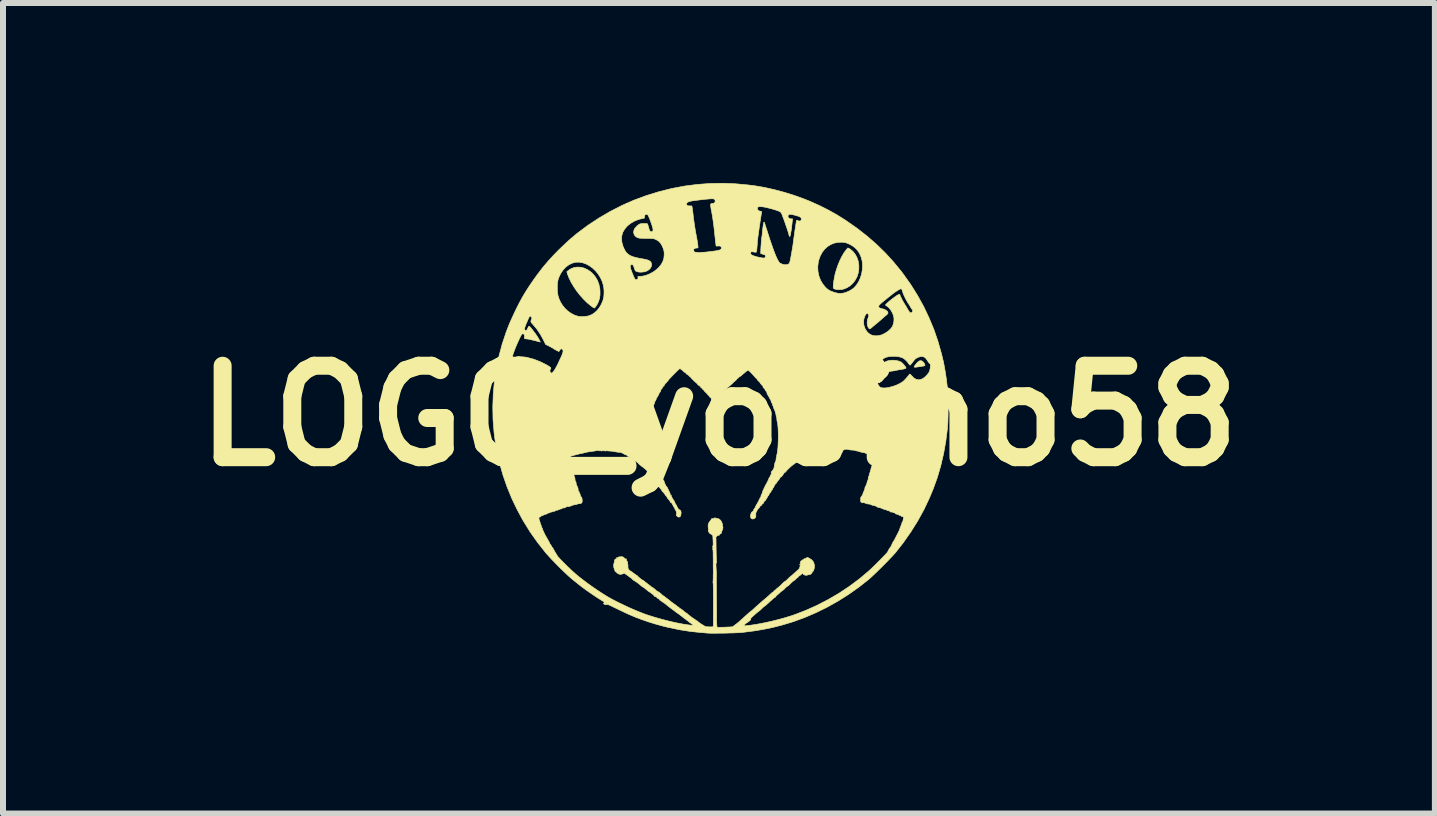
<source format=kicad_pcb>
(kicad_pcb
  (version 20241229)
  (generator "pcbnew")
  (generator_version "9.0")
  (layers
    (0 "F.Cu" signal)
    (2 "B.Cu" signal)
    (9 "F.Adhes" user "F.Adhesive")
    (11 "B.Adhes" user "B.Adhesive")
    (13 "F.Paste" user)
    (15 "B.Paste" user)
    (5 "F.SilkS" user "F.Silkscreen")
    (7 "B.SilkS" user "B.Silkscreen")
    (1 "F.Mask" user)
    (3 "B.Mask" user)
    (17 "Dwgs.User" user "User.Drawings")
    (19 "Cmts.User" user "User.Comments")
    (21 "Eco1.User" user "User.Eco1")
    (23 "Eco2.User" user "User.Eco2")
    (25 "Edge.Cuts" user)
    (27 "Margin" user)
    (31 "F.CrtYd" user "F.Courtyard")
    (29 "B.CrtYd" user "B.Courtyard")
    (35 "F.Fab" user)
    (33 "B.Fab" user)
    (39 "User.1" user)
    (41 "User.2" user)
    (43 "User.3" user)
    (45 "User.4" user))
  (footprint "LOGO_yosino58"
    (layer "F.Cu")
    (at 8.934 3.881)
    (property "Reference" "LOGO_yosino58" (at 0 0 0) (layer "F.SilkS") (effects (font (size 1.524 1.524) (thickness 0.3))))
    (attr through_hole)
    (fp_poly (pts (xy -1.708 2.365) (xy -1.711 2.369) (xy -1.714 2.365) (xy -1.711 2.362) (xy -1.708 2.365)) (stroke (width 0.01) (type solid)) (fill yes) (layer "F.SilkS"))
    (fp_poly (pts (xy -1.441 2.727) (xy -1.445 2.731) (xy -1.448 2.727) (xy -1.445 2.724) (xy -1.441 2.727)) (stroke (width 0.01) (type solid)) (fill yes) (layer "F.SilkS"))
    (fp_poly (pts (xy -1.016 3.045) (xy -1.019 3.048) (xy -1.022 3.045) (xy -1.019 3.042) (xy -1.016 3.045)) (stroke (width 0.01) (type solid)) (fill yes) (layer "F.SilkS"))
    (fp_poly (pts (xy -0.787 1.324) (xy -0.791 1.327) (xy -0.794 1.324) (xy -0.791 1.321) (xy -0.787 1.324)) (stroke (width 0.01) (type solid)) (fill yes) (layer "F.SilkS"))
    (fp_poly (pts (xy 1.346 2.473) (xy 1.343 2.477) (xy 1.34 2.473) (xy 1.343 2.47) (xy 1.346 2.473)) (stroke (width 0.01) (type solid)) (fill yes) (layer "F.SilkS"))
    (fp_poly (pts (xy 3.383 -0.914) (xy 3.395 -0.905) (xy 3.412 -0.889) (xy 3.424 -0.87) (xy 3.432 -0.853) (xy 3.433 -0.841) (xy 3.431 -0.838) (xy 3.427 -0.835) (xy 3.418 -0.832) (xy 3.404 -0.829) (xy 3.383 -0.826) (xy 3.353 -0.821) (xy 3.314 -0.815) (xy 3.278 -0.81) (xy 3.263 -0.81) (xy 3.254 -0.813) (xy 3.254 -0.813) (xy 3.255 -0.822) (xy 3.264 -0.837) (xy 3.277 -0.856) (xy 3.294 -0.876) (xy 3.312 -0.895) (xy 3.314 -0.897) (xy 3.339 -0.915) (xy 3.362 -0.92) (xy 3.383 -0.914)) (stroke (width 0.01) (type solid)) (fill yes) (layer "F.SilkS"))
    (fp_poly (pts (xy -2.308 -2.477) (xy -2.252 -2.464) (xy -2.198 -2.44) (xy -2.145 -2.406) (xy -2.111 -2.376) (xy -2.063 -2.32) (xy -2.026 -2.259) (xy -2.001 -2.192) (xy -1.986 -2.119) (xy -1.983 -2.08) (xy -1.983 -2.015) (xy -1.991 -1.959) (xy -2.006 -1.909) (xy -2.016 -1.886) (xy -2.03 -1.859) (xy -2.045 -1.834) (xy -2.06 -1.814) (xy -2.071 -1.801) (xy -2.078 -1.797) (xy -2.087 -1.801) (xy -2.102 -1.81) (xy -2.122 -1.824) (xy -2.13 -1.83) (xy -2.194 -1.882) (xy -2.256 -1.943) (xy -2.316 -2.01) (xy -2.372 -2.081) (xy -2.422 -2.155) (xy -2.466 -2.229) (xy -2.501 -2.301) (xy -2.525 -2.364) (xy -2.536 -2.402) (xy -2.514 -2.42) (xy -2.468 -2.451) (xy -2.417 -2.471) (xy -2.363 -2.479) (xy -2.308 -2.477)) (stroke (width 0.01) (type solid)) (fill yes) (layer "F.SilkS"))
    (fp_poly (pts (xy 2.155 -2.796) (xy 2.17 -2.789) (xy 2.188 -2.778) (xy 2.234 -2.739) (xy 2.272 -2.691) (xy 2.301 -2.636) (xy 2.321 -2.576) (xy 2.331 -2.511) (xy 2.331 -2.443) (xy 2.321 -2.379) (xy 2.302 -2.319) (xy 2.272 -2.263) (xy 2.234 -2.213) (xy 2.189 -2.17) (xy 2.138 -2.137) (xy 2.082 -2.114) (xy 2.073 -2.112) (xy 2.039 -2.105) (xy 2.003 -2.103) (xy 1.97 -2.104) (xy 1.959 -2.106) (xy 1.933 -2.112) (xy 1.917 -2.118) (xy 1.909 -2.126) (xy 1.905 -2.138) (xy 1.905 -2.154) (xy 1.906 -2.181) (xy 1.91 -2.218) (xy 1.916 -2.259) (xy 1.924 -2.303) (xy 1.932 -2.345) (xy 1.937 -2.367) (xy 1.959 -2.442) (xy 1.985 -2.517) (xy 2.015 -2.589) (xy 2.048 -2.656) (xy 2.082 -2.714) (xy 2.102 -2.742) (xy 2.119 -2.764) (xy 2.133 -2.782) (xy 2.144 -2.794) (xy 2.147 -2.798) (xy 2.155 -2.796)) (stroke (width 0.01) (type solid)) (fill yes) (layer "F.SilkS"))
    (fp_poly (pts (xy 2.96 -0.921) (xy 3.001 -0.911) (xy 3.034 -0.897) (xy 3.035 -0.897) (xy 3.049 -0.885) (xy 3.067 -0.868) (xy 3.085 -0.848) (xy 3.101 -0.828) (xy 3.112 -0.811) (xy 3.118 -0.799) (xy 3.118 -0.799) (xy 3.113 -0.792) (xy 3.098 -0.785) (xy 3.072 -0.779) (xy 3.033 -0.772) (xy 3.029 -0.771) (xy 3.001 -0.767) (xy 2.978 -0.763) (xy 2.963 -0.76) (xy 2.959 -0.759) (xy 2.951 -0.757) (xy 2.933 -0.753) (xy 2.908 -0.749) (xy 2.885 -0.746) (xy 2.851 -0.741) (xy 2.816 -0.735) (xy 2.785 -0.73) (xy 2.772 -0.727) (xy 2.735 -0.72) (xy 2.708 -0.715) (xy 2.691 -0.713) (xy 2.682 -0.714) (xy 2.678 -0.716) (xy 2.677 -0.726) (xy 2.678 -0.744) (xy 2.682 -0.767) (xy 2.687 -0.79) (xy 2.692 -0.809) (xy 2.694 -0.813) (xy 2.709 -0.837) (xy 2.731 -0.863) (xy 2.757 -0.886) (xy 2.783 -0.905) (xy 2.793 -0.91) (xy 2.828 -0.92) (xy 2.87 -0.926) (xy 2.915 -0.926) (xy 2.96 -0.921)) (stroke (width 0.01) (type solid)) (fill yes) (layer "F.SilkS"))
    (fp_poly (pts (xy 0.274 -3.868) (xy 0.489 -3.848) (xy 0.593 -3.835) (xy 0.758 -3.807) (xy 0.927 -3.769) (xy 1.098 -3.723) (xy 1.267 -3.67) (xy 1.431 -3.61) (xy 1.527 -3.571) (xy 1.682 -3.501) (xy 1.827 -3.428) (xy 1.968 -3.349) (xy 2.106 -3.262) (xy 2.127 -3.248) (xy 2.303 -3.125) (xy 2.468 -2.996) (xy 2.623 -2.861) (xy 2.769 -2.719) (xy 2.906 -2.569) (xy 3.036 -2.411) (xy 3.07 -2.366) (xy 3.196 -2.189) (xy 3.309 -2.008) (xy 3.412 -1.822) (xy 3.502 -1.632) (xy 3.583 -1.437) (xy 3.652 -1.235) (xy 3.711 -1.026) (xy 3.743 -0.892) (xy 3.759 -0.808) (xy 3.775 -0.714) (xy 3.79 -0.612) (xy 3.803 -0.505) (xy 3.808 -0.457) (xy 3.812 -0.403) (xy 3.816 -0.339) (xy 3.818 -0.268) (xy 3.819 -0.192) (xy 3.82 -0.113) (xy 3.819 -0.035) (xy 3.817 0.04) (xy 3.815 0.11) (xy 3.811 0.171) (xy 3.808 0.21) (xy 3.781 0.424) (xy 3.744 0.631) (xy 3.697 0.832) (xy 3.64 1.027) (xy 3.571 1.218) (xy 3.51 1.365) (xy 3.417 1.562) (xy 3.312 1.753) (xy 3.196 1.938) (xy 3.069 2.119) (xy 2.94 2.283) (xy 2.917 2.308) (xy 2.887 2.341) (xy 2.851 2.379) (xy 2.81 2.422) (xy 2.765 2.467) (xy 2.719 2.514) (xy 2.672 2.56) (xy 2.627 2.604) (xy 2.584 2.645) (xy 2.545 2.682) (xy 2.512 2.712) (xy 2.489 2.732) (xy 2.327 2.859) (xy 2.157 2.979) (xy 1.981 3.09) (xy 1.8 3.191) (xy 1.615 3.282) (xy 1.428 3.362) (xy 1.239 3.431) (xy 1.194 3.445) (xy 1.04 3.491) (xy 0.889 3.529) (xy 0.737 3.56) (xy 0.58 3.586) (xy 0.416 3.607) (xy 0.381 3.611) (xy 0.355 3.613) (xy 0.32 3.615) (xy 0.276 3.617) (xy 0.226 3.619) (xy 0.172 3.62) (xy 0.116 3.622) (xy 0.059 3.623) (xy 0.004 3.623) (xy -0.048 3.624) (xy -0.094 3.624) (xy -0.133 3.624) (xy -0.164 3.623) (xy -0.181 3.622) (xy -0.197 3.621) (xy -0.222 3.619) (xy -0.253 3.616) (xy -0.288 3.613) (xy -0.295 3.613) (xy -0.477 3.594) (xy -0.661 3.565) (xy -0.847 3.526) (xy -0.929 3.506) (xy -1.054 3.472) (xy -1.171 3.436) (xy -1.284 3.397) (xy -1.395 3.355) (xy -1.508 3.307) (xy -1.626 3.252) (xy -1.714 3.209) (xy -1.764 3.185) (xy -1.803 3.166) (xy -1.834 3.152) (xy -1.854 3.145) (xy -1.863 3.143) (xy -1.863 3.143) (xy -1.873 3.148) (xy -1.887 3.149) (xy -1.899 3.148) (xy -1.905 3.143) (xy -1.905 3.143) (xy -1.91 3.138) (xy -1.915 3.137) (xy -1.923 3.132) (xy -1.924 3.127) (xy -1.921 3.122) (xy -1.89 3.122) (xy -1.889 3.124) (xy -1.881 3.13) (xy -1.879 3.131) (xy -1.875 3.127) (xy -1.876 3.124) (xy -1.885 3.118) (xy -1.887 3.118) (xy -1.89 3.122) (xy -1.921 3.122) (xy -1.919 3.119) (xy -1.915 3.118) (xy -1.906 3.116) (xy -1.907 3.111) (xy -1.918 3.101) (xy -1.94 3.086) (xy -1.961 3.073) (xy -2.041 3.023) (xy -2.126 2.965) (xy -2.214 2.904) (xy -2.3 2.84) (xy -2.382 2.775) (xy -2.458 2.713) (xy -2.502 2.675) (xy -2.546 2.634) (xy -2.594 2.588) (xy -2.646 2.538) (xy -2.698 2.486) (xy -2.749 2.433) (xy -2.798 2.382) (xy -2.841 2.335) (xy -2.878 2.294) (xy -2.89 2.28) (xy -3.025 2.109) (xy -3.15 1.932) (xy -3.264 1.748) (xy -3.289 1.702) (xy -3.002 1.702) (xy -2.999 1.723) (xy -2.991 1.75) (xy -2.983 1.772) (xy -2.978 1.789) (xy -2.977 1.798) (xy -2.973 1.811) (xy -2.969 1.816) (xy -2.963 1.826) (xy -2.963 1.832) (xy -2.962 1.843) (xy -2.955 1.857) (xy -2.955 1.858) (xy -2.946 1.873) (xy -2.942 1.886) (xy -2.938 1.897) (xy -2.931 1.916) (xy -2.92 1.939) (xy -2.909 1.963) (xy -2.898 1.985) (xy -2.889 2.002) (xy -2.885 2.008) (xy -2.879 2.018) (xy -2.869 2.035) (xy -2.86 2.051) (xy -2.848 2.073) (xy -2.837 2.093) (xy -2.831 2.103) (xy -2.823 2.118) (xy -2.819 2.13) (xy -2.817 2.139) (xy -2.814 2.14) (xy -2.808 2.145) (xy -2.799 2.159) (xy -2.79 2.174) (xy -2.78 2.192) (xy -2.772 2.203) (xy -2.767 2.206) (xy -2.764 2.209) (xy -2.762 2.219) (xy -2.76 2.231) (xy -2.756 2.235) (xy -2.748 2.24) (xy -2.745 2.246) (xy -2.74 2.257) (xy -2.73 2.275) (xy -2.719 2.292) (xy -2.707 2.311) (xy -2.699 2.324) (xy -2.696 2.33) (xy -2.691 2.339) (xy -2.678 2.354) (xy -2.658 2.376) (xy -2.633 2.403) (xy -2.603 2.433) (xy -2.57 2.466) (xy -2.536 2.5) (xy -2.5 2.534) (xy -2.466 2.567) (xy -2.433 2.598) (xy -2.403 2.624) (xy -2.388 2.638) (xy -2.326 2.689) (xy -2.256 2.743) (xy -2.18 2.8) (xy -2.101 2.856) (xy -2.022 2.91) (xy -1.946 2.96) (xy -1.874 3.005) (xy -1.839 3.026) (xy -1.768 3.065) (xy -1.688 3.106) (xy -1.601 3.148) (xy -1.513 3.19) (xy -1.424 3.229) (xy -1.338 3.265) (xy -1.259 3.296) (xy -1.236 3.305) (xy -1.161 3.33) (xy -1.077 3.356) (xy -0.987 3.382) (xy -0.894 3.407) (xy -0.801 3.43) (xy -0.712 3.45) (xy -0.629 3.466) (xy -0.591 3.473) (xy -0.538 3.481) (xy -0.497 3.487) (xy -0.467 3.49) (xy -0.446 3.491) (xy -0.435 3.49) (xy -0.432 3.487) (xy -0.435 3.48) (xy -0.437 3.48) (xy -0.444 3.476) (xy -0.457 3.467) (xy -0.46 3.464) (xy -0.473 3.454) (xy -0.481 3.448) (xy -0.482 3.448) (xy -0.489 3.444) (xy -0.501 3.434) (xy -0.507 3.429) (xy -0.525 3.414) (xy -0.547 3.398) (xy -0.557 3.39) (xy -0.58 3.374) (xy -0.604 3.355) (xy -0.619 3.343) (xy -0.641 3.326) (xy -0.663 3.309) (xy -0.676 3.3) (xy -0.697 3.286) (xy -0.72 3.269) (xy -0.73 3.261) (xy -0.749 3.246) (xy -0.767 3.233) (xy -0.775 3.228) (xy -0.809 3.202) (xy -0.851 3.17) (xy -0.881 3.145) (xy -0.9 3.129) (xy -0.916 3.118) (xy -0.925 3.112) (xy -0.927 3.111) (xy -0.934 3.108) (xy -0.946 3.098) (xy -0.949 3.096) (xy -0.962 3.085) (xy -0.974 3.08) (xy -0.975 3.08) (xy -0.983 3.075) (xy -0.984 3.072) (xy -0.989 3.064) (xy -1.002 3.052) (xy -1.02 3.038) (xy -1.039 3.024) (xy -1.056 3.014) (xy -1.068 3.009) (xy -1.071 3.009) (xy -1.078 3.008) (xy -1.077 3.005) (xy -1.08 2.999) (xy -1.091 2.987) (xy -1.107 2.973) (xy -1.126 2.958) (xy -1.144 2.945) (xy -1.161 2.934) (xy -1.161 2.934) (xy -1.176 2.925) (xy -1.19 2.913) (xy -1.205 2.9) (xy -1.224 2.885) (xy -1.242 2.87) (xy -1.259 2.859) (xy -1.269 2.852) (xy -1.272 2.851) (xy -1.279 2.847) (xy -1.289 2.84) (xy -1.309 2.822) (xy -1.331 2.804) (xy -1.353 2.787) (xy -1.372 2.773) (xy -1.385 2.764) (xy -1.389 2.762) (xy -1.397 2.758) (xy -1.406 2.75) (xy -1.417 2.742) (xy -1.424 2.741) (xy -1.428 2.741) (xy -1.426 2.738) (xy -1.429 2.731) (xy -1.441 2.72) (xy -1.459 2.707) (xy -1.478 2.695) (xy -1.492 2.685) (xy -1.499 2.679) (xy -1.499 2.679) (xy -1.505 2.674) (xy -1.519 2.664) (xy -1.538 2.651) (xy -1.541 2.649) (xy -1.58 2.622) (xy -1.601 2.633) (xy -1.627 2.641) (xy -1.652 2.642) (xy -1.673 2.635) (xy -1.677 2.631) (xy -1.686 2.625) (xy -1.689 2.626) (xy -1.692 2.626) (xy -1.699 2.618) (xy -1.709 2.607) (xy -1.717 2.603) (xy -1.725 2.598) (xy -1.733 2.585) (xy -1.74 2.568) (xy -1.742 2.556) (xy -1.746 2.546) (xy -1.75 2.537) (xy -1.754 2.523) (xy -1.755 2.502) (xy -1.755 2.481) (xy -1.752 2.463) (xy -1.75 2.458) (xy -1.746 2.447) (xy -1.744 2.431) (xy -1.744 2.43) (xy -1.741 2.417) (xy -1.737 2.403) (xy -1.733 2.392) (xy -1.729 2.387) (xy -1.727 2.39) (xy -1.723 2.39) (xy -1.712 2.383) (xy -1.707 2.379) (xy -1.692 2.367) (xy -1.681 2.358) (xy -1.68 2.357) (xy -1.668 2.352) (xy -1.661 2.351) (xy -1.633 2.349) (xy -1.616 2.349) (xy -1.603 2.351) (xy -1.593 2.357) (xy -1.582 2.367) (xy -1.578 2.37) (xy -1.562 2.384) (xy -1.552 2.388) (xy -1.547 2.386) (xy -1.544 2.383) (xy -1.545 2.389) (xy -1.544 2.4) (xy -1.537 2.417) (xy -1.533 2.423) (xy -1.524 2.438) (xy -1.521 2.449) (xy -1.521 2.452) (xy -1.522 2.462) (xy -1.521 2.469) (xy -1.518 2.481) (xy -1.517 2.501) (xy -1.517 2.513) (xy -1.517 2.535) (xy -1.513 2.549) (xy -1.504 2.562) (xy -1.497 2.569) (xy -1.484 2.582) (xy -1.474 2.59) (xy -1.471 2.591) (xy -1.463 2.594) (xy -1.45 2.603) (xy -1.435 2.614) (xy -1.422 2.625) (xy -1.417 2.63) (xy -1.41 2.635) (xy -1.407 2.635) (xy -1.398 2.64) (xy -1.389 2.648) (xy -1.379 2.657) (xy -1.372 2.658) (xy -1.366 2.66) (xy -1.362 2.665) (xy -1.356 2.673) (xy -1.343 2.686) (xy -1.325 2.701) (xy -1.305 2.717) (xy -1.286 2.731) (xy -1.272 2.74) (xy -1.265 2.743) (xy -1.258 2.747) (xy -1.245 2.757) (xy -1.239 2.762) (xy -1.226 2.774) (xy -1.217 2.781) (xy -1.215 2.781) (xy -1.209 2.785) (xy -1.198 2.795) (xy -1.198 2.795) (xy -1.183 2.807) (xy -1.165 2.82) (xy -1.162 2.822) (xy -1.146 2.834) (xy -1.133 2.845) (xy -1.131 2.847) (xy -1.121 2.856) (xy -1.116 2.857) (xy -1.108 2.861) (xy -1.093 2.871) (xy -1.077 2.884) (xy -1.061 2.897) (xy -1.05 2.909) (xy -1.049 2.91) (xy -1.039 2.919) (xy -1.034 2.921) (xy -1.025 2.925) (xy -1.009 2.935) (xy -0.99 2.948) (xy -0.971 2.963) (xy -0.955 2.977) (xy -0.945 2.987) (xy -0.935 2.997) (xy -0.928 3) (xy -0.92 3.004) (xy -0.907 3.014) (xy -0.901 3.018) (xy -0.884 3.032) (xy -0.868 3.045) (xy -0.865 3.047) (xy -0.853 3.055) (xy -0.835 3.069) (xy -0.813 3.087) (xy -0.798 3.099) (xy -0.774 3.117) (xy -0.752 3.133) (xy -0.735 3.145) (xy -0.728 3.149) (xy -0.716 3.157) (xy -0.711 3.163) (xy -0.711 3.163) (xy -0.706 3.169) (xy -0.694 3.177) (xy -0.691 3.179) (xy -0.674 3.189) (xy -0.662 3.201) (xy -0.662 3.201) (xy -0.651 3.211) (xy -0.644 3.213) (xy -0.636 3.217) (xy -0.635 3.219) (xy -0.63 3.226) (xy -0.628 3.226) (xy -0.618 3.23) (xy -0.607 3.238) (xy -0.58 3.262) (xy -0.559 3.279) (xy -0.545 3.288) (xy -0.541 3.289) (xy -0.533 3.293) (xy -0.532 3.295) (xy -0.526 3.302) (xy -0.512 3.314) (xy -0.493 3.329) (xy -0.471 3.346) (xy -0.449 3.362) (xy -0.428 3.377) (xy -0.411 3.388) (xy -0.401 3.393) (xy -0.399 3.394) (xy -0.395 3.395) (xy -0.395 3.398) (xy -0.392 3.406) (xy -0.388 3.407) (xy -0.377 3.411) (xy -0.363 3.42) (xy -0.362 3.421) (xy -0.344 3.436) (xy -0.321 3.453) (xy -0.297 3.47) (xy -0.275 3.483) (xy -0.267 3.488) (xy -0.254 3.495) (xy -0.248 3.499) (xy -0.235 3.509) (xy -0.212 3.515) (xy -0.179 3.517) (xy -0.156 3.518) (xy -0.128 3.518) (xy -0.11 3.517) (xy -0.1 3.515) (xy -0.096 3.511) (xy -0.095 3.505) (xy -0.095 3.504) (xy -0.094 3.463) (xy -0.094 3.415) (xy -0.094 3.362) (xy -0.093 3.305) (xy -0.093 3.245) (xy -0.093 3.184) (xy -0.093 3.122) (xy -0.093 3.063) (xy -0.093 3.005) (xy -0.094 2.952) (xy -0.094 2.904) (xy -0.095 2.863) (xy -0.095 2.829) (xy -0.096 2.805) (xy -0.097 2.792) (xy -0.097 2.789) (xy -0.1 2.778) (xy -0.099 2.764) (xy -0.098 2.754) (xy -0.097 2.732) (xy -0.096 2.701) (xy -0.096 2.662) (xy -0.095 2.617) (xy -0.095 2.567) (xy -0.096 2.518) (xy -0.096 2.45) (xy -0.096 2.395) (xy -0.097 2.349) (xy -0.097 2.313) (xy -0.097 2.285) (xy -0.098 2.264) (xy -0.099 2.249) (xy -0.099 2.239) (xy -0.101 2.232) (xy -0.102 2.228) (xy -0.103 2.225) (xy -0.104 2.224) (xy -0.105 2.212) (xy -0.102 2.208) (xy -0.099 2.199) (xy -0.103 2.192) (xy -0.107 2.182) (xy -0.102 2.171) (xy -0.099 2.161) (xy -0.097 2.145) (xy -0.097 2.12) (xy -0.098 2.084) (xy -0.099 2.076) (xy -0.103 1.994) (xy -0.125 1.978) (xy -0.138 1.969) (xy -0.145 1.965) (xy -0.146 1.966) (xy -0.149 1.965) (xy -0.156 1.956) (xy -0.166 1.943) (xy -0.175 1.928) (xy -0.176 1.926) (xy -0.18 1.913) (xy -0.177 1.906) (xy -0.173 1.896) (xy -0.175 1.892) (xy -0.178 1.88) (xy -0.18 1.859) (xy -0.181 1.836) (xy -0.179 1.814) (xy -0.177 1.798) (xy -0.176 1.797) (xy -0.169 1.784) (xy -0.157 1.765) (xy -0.147 1.753) (xy -0.135 1.737) (xy -0.127 1.724) (xy -0.125 1.719) (xy -0.125 1.716) (xy -0.117 1.714) (xy -0.101 1.712) (xy -0.095 1.712) (xy -0.082 1.708) (xy -0.074 1.703) (xy -0.066 1.698) (xy -0.064 1.702) (xy -0.059 1.707) (xy -0.054 1.706) (xy -0.044 1.706) (xy -0.041 1.708) (xy -0.033 1.713) (xy -0.019 1.714) (xy -0.005 1.716) (xy 0 1.719) (xy 0.005 1.725) (xy 0.014 1.73) (xy 0.027 1.742) (xy 0.04 1.761) (xy 0.051 1.785) (xy 0.058 1.81) (xy 0.059 1.82) (xy 0.061 1.837) (xy 0.064 1.85) (xy 0.065 1.851) (xy 0.066 1.862) (xy 0.064 1.879) (xy 0.059 1.897) (xy 0.053 1.911) (xy 0.052 1.913) (xy 0.047 1.924) (xy 0.042 1.941) (xy 0.041 1.945) (xy 0.037 1.959) (xy 0.033 1.966) (xy 0.032 1.966) (xy 0.024 1.966) (xy 0.013 1.973) (xy 0.005 1.982) (xy 0.004 1.989) (xy 0.003 1.993) (xy -0.004 1.991) (xy -0.019 1.993) (xy -0.033 2.004) (xy -0.05 2.019) (xy -0.048 2.205) (xy -0.047 2.254) (xy -0.046 2.301) (xy -0.045 2.343) (xy -0.044 2.379) (xy -0.043 2.406) (xy -0.042 2.423) (xy -0.042 2.424) (xy -0.041 2.444) (xy -0.042 2.453) (xy -0.046 2.454) (xy -0.048 2.455) (xy -0.05 2.465) (xy -0.05 2.484) (xy -0.049 2.514) (xy -0.048 2.534) (xy -0.046 2.569) (xy -0.044 2.601) (xy -0.043 2.628) (xy -0.043 2.647) (xy -0.043 2.648) (xy -0.043 2.683) (xy -0.044 2.728) (xy -0.044 2.784) (xy -0.043 2.846) (xy -0.043 2.915) (xy -0.042 2.988) (xy -0.042 3.064) (xy -0.041 3.089) (xy -0.041 3.142) (xy -0.04 3.193) (xy -0.04 3.24) (xy -0.04 3.282) (xy -0.039 3.316) (xy -0.039 3.34) (xy -0.039 3.346) (xy -0.04 3.373) (xy -0.04 3.396) (xy -0.04 3.411) (xy -0.039 3.413) (xy -0.039 3.427) (xy -0.038 3.447) (xy -0.038 3.454) (xy -0.037 3.478) (xy -0.034 3.5) (xy -0.034 3.505) (xy -0.031 3.526) (xy 0.1 3.523) (xy 0.139 3.521) (xy 0.174 3.52) (xy 0.203 3.518) (xy 0.223 3.516) (xy 0.233 3.514) (xy 0.234 3.513) (xy 0.241 3.506) (xy 0.255 3.495) (xy 0.265 3.488) (xy 0.314 3.45) (xy 0.367 3.404) (xy 0.397 3.377) (xy 0.441 3.336) (xy 0.479 3.302) (xy 0.51 3.275) (xy 0.533 3.258) (xy 0.551 3.243) (xy 0.572 3.225) (xy 0.58 3.218) (xy 0.593 3.205) (xy 0.613 3.186) (xy 0.64 3.163) (xy 0.669 3.137) (xy 0.699 3.11) (xy 0.728 3.085) (xy 0.754 3.063) (xy 0.775 3.046) (xy 0.785 3.037) (xy 0.798 3.026) (xy 0.817 3.009) (xy 0.838 2.99) (xy 0.845 2.984) (xy 0.863 2.967) (xy 0.878 2.953) (xy 0.887 2.946) (xy 0.889 2.945) (xy 0.899 2.941) (xy 0.91 2.932) (xy 0.916 2.923) (xy 0.917 2.919) (xy 0.917 2.916) (xy 0.919 2.917) (xy 0.927 2.915) (xy 0.938 2.906) (xy 0.938 2.906) (xy 0.95 2.893) (xy 0.968 2.877) (xy 0.982 2.866) (xy 1.001 2.85) (xy 1.025 2.828) (xy 1.048 2.806) (xy 1.051 2.802) (xy 1.069 2.784) (xy 1.086 2.769) (xy 1.098 2.761) (xy 1.1 2.76) (xy 1.109 2.755) (xy 1.124 2.743) (xy 1.143 2.725) (xy 1.152 2.716) (xy 1.17 2.697) (xy 1.186 2.683) (xy 1.196 2.675) (xy 1.198 2.673) (xy 1.205 2.669) (xy 1.218 2.658) (xy 1.236 2.642) (xy 1.248 2.631) (xy 1.27 2.611) (xy 1.291 2.592) (xy 1.308 2.577) (xy 1.313 2.573) (xy 1.334 2.552) (xy 1.347 2.526) (xy 1.354 2.492) (xy 1.355 2.475) (xy 1.357 2.452) (xy 1.359 2.435) (xy 1.361 2.427) (xy 1.37 2.419) (xy 1.385 2.408) (xy 1.404 2.395) (xy 1.423 2.384) (xy 1.437 2.377) (xy 1.444 2.375) (xy 1.456 2.371) (xy 1.462 2.366) (xy 1.469 2.361) (xy 1.478 2.362) (xy 1.493 2.368) (xy 1.503 2.373) (xy 1.541 2.397) (xy 1.567 2.424) (xy 1.582 2.453) (xy 1.584 2.464) (xy 1.588 2.478) (xy 1.59 2.484) (xy 1.592 2.499) (xy 1.591 2.521) (xy 1.587 2.546) (xy 1.58 2.569) (xy 1.573 2.585) (xy 1.569 2.589) (xy 1.558 2.602) (xy 1.546 2.62) (xy 1.544 2.623) (xy 1.533 2.638) (xy 1.521 2.644) (xy 1.521 2.644) (xy 1.506 2.645) (xy 1.493 2.649) (xy 1.46 2.658) (xy 1.433 2.656) (xy 1.413 2.645) (xy 1.397 2.632) (xy 1.384 2.63) (xy 1.376 2.638) (xy 1.368 2.647) (xy 1.354 2.657) (xy 1.347 2.662) (xy 1.331 2.672) (xy 1.322 2.681) (xy 1.321 2.684) (xy 1.316 2.692) (xy 1.314 2.692) (xy 1.306 2.697) (xy 1.293 2.708) (xy 1.279 2.721) (xy 1.264 2.736) (xy 1.251 2.746) (xy 1.245 2.75) (xy 1.238 2.754) (xy 1.224 2.765) (xy 1.206 2.782) (xy 1.193 2.795) (xy 1.174 2.815) (xy 1.156 2.831) (xy 1.143 2.84) (xy 1.139 2.842) (xy 1.129 2.848) (xy 1.115 2.86) (xy 1.1 2.876) (xy 1.084 2.892) (xy 1.071 2.904) (xy 1.064 2.908) (xy 1.056 2.912) (xy 1.042 2.924) (xy 1.024 2.939) (xy 1.015 2.947) (xy 0.995 2.966) (xy 0.977 2.982) (xy 0.963 2.993) (xy 0.96 2.996) (xy 0.95 3.006) (xy 0.946 3.014) (xy 0.941 3.022) (xy 0.937 3.023) (xy 0.928 3.027) (xy 0.914 3.037) (xy 0.899 3.05) (xy 0.881 3.067) (xy 0.857 3.088) (xy 0.833 3.111) (xy 0.826 3.117) (xy 0.805 3.136) (xy 0.787 3.152) (xy 0.774 3.163) (xy 0.77 3.165) (xy 0.758 3.174) (xy 0.739 3.189) (xy 0.718 3.209) (xy 0.695 3.231) (xy 0.685 3.24) (xy 0.673 3.251) (xy 0.664 3.257) (xy 0.663 3.258) (xy 0.656 3.262) (xy 0.64 3.275) (xy 0.616 3.295) (xy 0.585 3.323) (xy 0.552 3.353) (xy 0.536 3.369) (xy 0.525 3.383) (xy 0.52 3.393) (xy 0.521 3.396) (xy 0.529 3.393) (xy 0.53 3.395) (xy 0.523 3.403) (xy 0.518 3.409) (xy 0.501 3.424) (xy 0.479 3.44) (xy 0.465 3.449) (xy 0.447 3.461) (xy 0.433 3.473) (xy 0.429 3.48) (xy 0.423 3.489) (xy 0.419 3.489) (xy 0.413 3.491) (xy 0.413 3.494) (xy 0.415 3.498) (xy 0.423 3.5) (xy 0.44 3.5) (xy 0.462 3.498) (xy 0.557 3.486) (xy 0.661 3.469) (xy 0.77 3.448) (xy 0.882 3.423) (xy 0.994 3.395) (xy 1.102 3.365) (xy 1.204 3.334) (xy 1.251 3.318) (xy 1.445 3.244) (xy 1.636 3.158) (xy 1.822 3.062) (xy 2.003 2.956) (xy 2.176 2.841) (xy 2.342 2.717) (xy 2.496 2.587) (xy 2.52 2.565) (xy 2.549 2.538) (xy 2.581 2.507) (xy 2.615 2.474) (xy 2.649 2.439) (xy 2.684 2.405) (xy 2.716 2.372) (xy 2.746 2.341) (xy 2.772 2.314) (xy 2.792 2.292) (xy 2.806 2.276) (xy 2.813 2.268) (xy 2.813 2.267) (xy 2.816 2.258) (xy 2.824 2.242) (xy 2.836 2.222) (xy 2.848 2.203) (xy 2.86 2.186) (xy 2.869 2.174) (xy 2.872 2.172) (xy 2.876 2.169) (xy 2.875 2.168) (xy 2.876 2.161) (xy 2.881 2.146) (xy 2.89 2.127) (xy 2.9 2.107) (xy 2.91 2.09) (xy 2.918 2.079) (xy 2.921 2.076) (xy 2.927 2.071) (xy 2.927 2.069) (xy 2.93 2.057) (xy 2.936 2.045) (xy 2.958 2.003) (xy 2.978 1.965) (xy 2.994 1.933) (xy 3.006 1.908) (xy 3.012 1.891) (xy 3.013 1.889) (xy 3.02 1.865) (xy 3.031 1.839) (xy 3.202 1.839) (xy 3.203 1.841) (xy 3.207 1.834) (xy 3.212 1.827) (xy 3.218 1.819) (xy 3.214 1.816) (xy 3.212 1.816) (xy 3.205 1.821) (xy 3.202 1.83) (xy 3.202 1.839) (xy 3.031 1.839) (xy 3.031 1.838) (xy 3.042 1.815) (xy 3.045 1.806) (xy 3.222 1.806) (xy 3.222 1.809) (xy 3.226 1.81) (xy 3.231 1.807) (xy 3.23 1.806) (xy 3.222 1.805) (xy 3.222 1.806) (xy 3.045 1.806) (xy 3.047 1.799) (xy 3.048 1.791) (xy 3.049 1.788) (xy 3.232 1.788) (xy 3.235 1.791) (xy 3.239 1.788) (xy 3.235 1.784) (xy 3.232 1.788) (xy 3.049 1.788) (xy 3.05 1.78) (xy 3.053 1.778) (xy 3.058 1.772) (xy 3.062 1.763) (xy 3.253 1.763) (xy 3.254 1.765) (xy 3.26 1.771) (xy 3.261 1.772) (xy 3.264 1.767) (xy 3.264 1.765) (xy 3.259 1.759) (xy 3.257 1.759) (xy 3.253 1.763) (xy 3.062 1.763) (xy 3.064 1.758) (xy 3.068 1.743) (xy 3.258 1.743) (xy 3.261 1.746) (xy 3.264 1.743) (xy 3.261 1.74) (xy 3.258 1.743) (xy 3.068 1.743) (xy 3.07 1.739) (xy 3.072 1.727) (xy 3.27 1.727) (xy 3.273 1.732) (xy 3.274 1.731) (xy 3.275 1.724) (xy 3.274 1.723) (xy 3.271 1.724) (xy 3.27 1.727) (xy 3.072 1.727) (xy 3.074 1.719) (xy 3.076 1.705) (xy 3.277 1.705) (xy 3.28 1.708) (xy 3.283 1.705) (xy 3.28 1.702) (xy 3.277 1.705) (xy 3.076 1.705) (xy 3.077 1.701) (xy 3.076 1.692) (xy 3.069 1.681) (xy 3.057 1.68) (xy 3.045 1.678) (xy 3.039 1.673) (xy 3.032 1.666) (xy 3.018 1.661) (xy 3.002 1.655) (xy 2.992 1.649) (xy 2.981 1.643) (xy 2.965 1.639) (xy 2.951 1.637) (xy 2.942 1.632) (xy 2.94 1.627) (xy 2.937 1.621) (xy 2.935 1.62) (xy 2.925 1.619) (xy 2.908 1.613) (xy 2.894 1.606) (xy 2.878 1.602) (xy 2.87 1.604) (xy 2.86 1.604) (xy 2.857 1.6) (xy 2.852 1.594) (xy 2.839 1.586) (xy 2.822 1.581) (xy 2.811 1.579) (xy 2.802 1.577) (xy 2.8 1.574) (xy 2.795 1.57) (xy 2.783 1.567) (xy 2.753 1.559) (xy 2.717 1.545) (xy 2.698 1.536) (xy 2.679 1.53) (xy 2.664 1.528) (xy 2.661 1.528) (xy 2.648 1.527) (xy 2.644 1.522) (xy 2.635 1.513) (xy 2.629 1.511) (xy 2.616 1.507) (xy 2.612 1.504) (xy 2.601 1.499) (xy 2.584 1.495) (xy 2.581 1.495) (xy 2.561 1.491) (xy 2.537 1.483) (xy 2.53 1.479) (xy 2.509 1.471) (xy 2.492 1.469) (xy 2.489 1.47) (xy 2.479 1.471) (xy 2.477 1.469) (xy 2.471 1.464) (xy 2.459 1.462) (xy 2.441 1.457) (xy 2.429 1.452) (xy 2.413 1.446) (xy 2.406 1.448) (xy 2.392 1.45) (xy 2.377 1.445) (xy 2.365 1.435) (xy 2.362 1.427) (xy 2.361 1.403) (xy 2.361 1.376) (xy 2.362 1.37) (xy 2.366 1.356) (xy 2.377 1.34) (xy 2.38 1.337) (xy 2.391 1.321) (xy 2.397 1.307) (xy 2.398 1.305) (xy 2.401 1.292) (xy 2.408 1.273) (xy 2.416 1.257) (xy 2.426 1.234) (xy 2.432 1.211) (xy 2.434 1.199) (xy 2.437 1.182) (xy 2.442 1.175) (xy 2.443 1.175) (xy 2.45 1.169) (xy 2.451 1.162) (xy 2.454 1.15) (xy 2.457 1.147) (xy 2.461 1.139) (xy 2.466 1.123) (xy 2.467 1.116) (xy 2.472 1.097) (xy 2.478 1.082) (xy 2.48 1.079) (xy 2.485 1.067) (xy 2.488 1.049) (xy 2.488 1.045) (xy 2.49 1.027) (xy 2.494 1.015) (xy 2.495 1.014) (xy 2.501 1.002) (xy 2.502 0.996) (xy 2.504 0.982) (xy 2.509 0.967) (xy 2.513 0.955) (xy 2.515 0.949) (xy 2.515 0.949) (xy 2.516 0.944) (xy 2.521 0.932) (xy 2.521 0.93) (xy 2.527 0.911) (xy 2.531 0.895) (xy 2.536 0.872) (xy 2.542 0.86) (xy 2.548 0.857) (xy 2.55 0.854) (xy 2.546 0.848) (xy 2.542 0.84) (xy 2.545 0.838) (xy 2.551 0.833) (xy 2.556 0.819) (xy 2.56 0.803) (xy 2.56 0.792) (xy 2.562 0.779) (xy 2.567 0.767) (xy 2.573 0.75) (xy 2.575 0.732) (xy 2.575 0.718) (xy 2.577 0.711) (xy 2.577 0.711) (xy 2.581 0.706) (xy 2.583 0.695) (xy 2.581 0.682) (xy 2.569 0.672) (xy 2.564 0.669) (xy 2.539 0.656) (xy 2.514 0.645) (xy 2.491 0.637) (xy 2.474 0.632) (xy 2.466 0.632) (xy 2.455 0.63) (xy 2.449 0.626) (xy 2.438 0.62) (xy 2.419 0.614) (xy 2.406 0.612) (xy 2.383 0.608) (xy 2.363 0.604) (xy 2.356 0.601) (xy 2.317 0.589) (xy 2.28 0.582) (xy 2.266 0.578) (xy 2.263 0.576) (xy 2.251 0.572) (xy 2.241 0.572) (xy 2.214 0.571) (xy 2.186 0.568) (xy 2.16 0.563) (xy 2.144 0.559) (xy 2.128 0.556) (xy 2.116 0.557) (xy 2.102 0.56) (xy 2.082 0.561) (xy 2.063 0.56) (xy 2.048 0.557) (xy 2.046 0.556) (xy 2.039 0.556) (xy 2.037 0.558) (xy 2.03 0.561) (xy 2.014 0.56) (xy 2.007 0.559) (xy 1.987 0.557) (xy 1.976 0.558) (xy 1.974 0.56) (xy 1.966 0.562) (xy 1.947 0.562) (xy 1.934 0.56) (xy 1.914 0.558) (xy 1.9 0.557) (xy 1.895 0.559) (xy 1.888 0.562) (xy 1.87 0.565) (xy 1.846 0.569) (xy 1.816 0.573) (xy 1.785 0.576) (xy 1.754 0.578) (xy 1.74 0.579) (xy 1.728 0.581) (xy 1.711 0.588) (xy 1.709 0.588) (xy 1.693 0.594) (xy 1.68 0.595) (xy 1.679 0.594) (xy 1.668 0.595) (xy 1.652 0.602) (xy 1.648 0.604) (xy 1.632 0.612) (xy 1.619 0.614) (xy 1.617 0.614) (xy 1.606 0.614) (xy 1.59 0.619) (xy 1.581 0.623) (xy 1.564 0.63) (xy 1.55 0.635) (xy 1.547 0.635) (xy 1.537 0.638) (xy 1.522 0.644) (xy 1.522 0.645) (xy 1.503 0.652) (xy 1.487 0.657) (xy 1.473 0.662) (xy 1.467 0.667) (xy 1.457 0.676) (xy 1.44 0.687) (xy 1.422 0.696) (xy 1.403 0.704) (xy 1.382 0.715) (xy 1.362 0.726) (xy 1.348 0.735) (xy 1.343 0.739) (xy 1.33 0.752) (xy 1.314 0.764) (xy 1.3 0.774) (xy 1.29 0.778) (xy 1.288 0.778) (xy 1.282 0.779) (xy 1.279 0.783) (xy 1.271 0.79) (xy 1.265 0.789) (xy 1.259 0.788) (xy 1.26 0.793) (xy 1.261 0.799) (xy 1.259 0.8) (xy 1.25 0.804) (xy 1.234 0.816) (xy 1.213 0.832) (xy 1.19 0.852) (xy 1.167 0.874) (xy 1.145 0.895) (xy 1.128 0.914) (xy 1.121 0.922) (xy 1.109 0.936) (xy 1.098 0.945) (xy 1.095 0.946) (xy 1.087 0.951) (xy 1.079 0.963) (xy 1.068 0.98) (xy 1.059 0.992) (xy 1.05 1.003) (xy 1.048 1.009) (xy 1.042 1.015) (xy 1.032 1.019) (xy 1.019 1.026) (xy 1.016 1.035) (xy 1.012 1.046) (xy 1.001 1.061) (xy 0.991 1.073) (xy 0.977 1.089) (xy 0.968 1.102) (xy 0.965 1.108) (xy 0.96 1.118) (xy 0.949 1.129) (xy 0.947 1.131) (xy 0.933 1.146) (xy 0.922 1.166) (xy 0.921 1.169) (xy 0.913 1.187) (xy 0.906 1.199) (xy 0.904 1.201) (xy 0.896 1.211) (xy 0.895 1.215) (xy 0.892 1.223) (xy 0.883 1.237) (xy 0.879 1.242) (xy 0.869 1.257) (xy 0.864 1.267) (xy 0.864 1.269) (xy 0.859 1.277) (xy 0.851 1.283) (xy 0.841 1.293) (xy 0.838 1.302) (xy 0.834 1.315) (xy 0.823 1.33) (xy 0.822 1.331) (xy 0.812 1.344) (xy 0.807 1.355) (xy 0.806 1.356) (xy 0.802 1.367) (xy 0.799 1.369) (xy 0.793 1.377) (xy 0.785 1.392) (xy 0.783 1.395) (xy 0.774 1.411) (xy 0.763 1.42) (xy 0.762 1.421) (xy 0.751 1.428) (xy 0.749 1.436) (xy 0.745 1.449) (xy 0.735 1.462) (xy 0.723 1.472) (xy 0.718 1.473) (xy 0.712 1.478) (xy 0.711 1.485) (xy 0.705 1.496) (xy 0.695 1.501) (xy 0.683 1.508) (xy 0.679 1.516) (xy 0.675 1.526) (xy 0.664 1.54) (xy 0.657 1.547) (xy 0.644 1.561) (xy 0.636 1.572) (xy 0.635 1.576) (xy 0.632 1.585) (xy 0.624 1.599) (xy 0.623 1.599) (xy 0.616 1.615) (xy 0.613 1.635) (xy 0.614 1.653) (xy 0.614 1.675) (xy 0.612 1.688) (xy 0.606 1.698) (xy 0.598 1.705) (xy 0.577 1.718) (xy 0.556 1.719) (xy 0.538 1.71) (xy 0.536 1.708) (xy 0.527 1.69) (xy 0.525 1.666) (xy 0.53 1.641) (xy 0.539 1.617) (xy 0.552 1.6) (xy 0.566 1.592) (xy 0.576 1.583) (xy 0.578 1.572) (xy 0.58 1.56) (xy 0.584 1.556) (xy 0.59 1.551) (xy 0.591 1.546) (xy 0.594 1.538) (xy 0.597 1.537) (xy 0.603 1.531) (xy 0.607 1.52) (xy 0.613 1.504) (xy 0.624 1.485) (xy 0.629 1.477) (xy 0.641 1.457) (xy 0.654 1.432) (xy 0.666 1.409) (xy 0.676 1.387) (xy 0.685 1.371) (xy 0.691 1.363) (xy 0.692 1.362) (xy 0.697 1.353) (xy 0.699 1.346) (xy 0.701 1.33) (xy 0.706 1.319) (xy 0.716 1.299) (xy 0.722 1.286) (xy 0.724 1.278) (xy 0.724 1.274) (xy 0.727 1.265) (xy 0.733 1.248) (xy 0.743 1.226) (xy 0.755 1.202) (xy 0.766 1.178) (xy 0.776 1.158) (xy 0.781 1.149) (xy 0.793 1.128) (xy 0.806 1.104) (xy 0.817 1.081) (xy 0.826 1.061) (xy 0.831 1.048) (xy 0.832 1.046) (xy 0.836 1.035) (xy 0.845 1.022) (xy 0.854 1.008) (xy 0.857 0.996) (xy 0.86 0.986) (xy 0.863 0.984) (xy 0.869 0.979) (xy 0.873 0.967) (xy 0.874 0.954) (xy 0.87 0.946) (xy 0.869 0.939) (xy 0.877 0.93) (xy 0.893 0.912) (xy 0.907 0.891) (xy 0.917 0.871) (xy 0.92 0.856) (xy 0.922 0.837) (xy 0.926 0.814) (xy 0.931 0.791) (xy 0.938 0.771) (xy 0.943 0.758) (xy 0.946 0.756) (xy 0.951 0.746) (xy 0.951 0.741) (xy 0.95 0.729) (xy 0.953 0.711) (xy 0.954 0.707) (xy 0.958 0.69) (xy 0.96 0.679) (xy 0.96 0.677) (xy 0.961 0.669) (xy 0.964 0.653) (xy 0.966 0.646) (xy 0.972 0.615) (xy 0.978 0.573) (xy 0.983 0.524) (xy 0.986 0.469) (xy 0.988 0.41) (xy 0.989 0.35) (xy 0.989 0.291) (xy 0.987 0.235) (xy 0.984 0.189) (xy 0.981 0.156) (xy 0.978 0.128) (xy 0.974 0.108) (xy 0.972 0.097) (xy 0.971 0.095) (xy 0.968 0.09) (xy 0.966 0.075) (xy 0.965 0.061) (xy 0.964 0.041) (xy 0.961 0.027) (xy 0.959 0.022) (xy 0.955 0.014) (xy 0.953 -0.002) (xy 0.953 -0.003) (xy 0.95 -0.019) (xy 0.945 -0.042) (xy 0.937 -0.069) (xy 0.928 -0.094) (xy 0.919 -0.115) (xy 0.913 -0.126) (xy 0.909 -0.135) (xy 0.91 -0.138) (xy 0.91 -0.145) (xy 0.905 -0.155) (xy 0.897 -0.17) (xy 0.895 -0.18) (xy 0.892 -0.192) (xy 0.884 -0.209) (xy 0.879 -0.219) (xy 0.87 -0.236) (xy 0.866 -0.249) (xy 0.866 -0.253) (xy 0.866 -0.262) (xy 0.864 -0.263) (xy 0.857 -0.271) (xy 0.848 -0.286) (xy 0.844 -0.294) (xy 0.829 -0.324) (xy 0.817 -0.344) (xy 0.808 -0.356) (xy 0.807 -0.357) (xy 0.802 -0.369) (xy 0.8 -0.381) (xy 0.795 -0.399) (xy 0.784 -0.412) (xy 0.773 -0.424) (xy 0.768 -0.435) (xy 0.768 -0.435) (xy 0.764 -0.446) (xy 0.753 -0.458) (xy 0.749 -0.461) (xy 0.738 -0.473) (xy 0.733 -0.481) (xy 0.733 -0.483) (xy 0.734 -0.493) (xy 0.729 -0.504) (xy 0.721 -0.508) (xy 0.713 -0.513) (xy 0.705 -0.524) (xy 0.697 -0.535) (xy 0.691 -0.54) (xy 0.686 -0.545) (xy 0.686 -0.549) (xy 0.681 -0.558) (xy 0.669 -0.57) (xy 0.665 -0.574) (xy 0.649 -0.589) (xy 0.637 -0.606) (xy 0.635 -0.609) (xy 0.627 -0.623) (xy 0.619 -0.629) (xy 0.618 -0.629) (xy 0.608 -0.634) (xy 0.606 -0.638) (xy 0.601 -0.645) (xy 2.608 -0.645) (xy 2.608 -0.618) (xy 2.609 -0.599) (xy 2.614 -0.585) (xy 2.622 -0.572) (xy 2.623 -0.571) (xy 2.635 -0.551) (xy 2.649 -0.527) (xy 2.656 -0.515) (xy 2.674 -0.488) (xy 2.694 -0.473) (xy 2.694 -0.473) (xy 2.721 -0.466) (xy 2.755 -0.464) (xy 2.796 -0.467) (xy 2.834 -0.474) (xy 2.9 -0.491) (xy 2.961 -0.513) (xy 3.015 -0.539) (xy 3.059 -0.566) (xy 3.066 -0.571) (xy 3.085 -0.588) (xy 3.108 -0.612) (xy 3.13 -0.637) (xy 3.138 -0.646) (xy 3.155 -0.667) (xy 3.169 -0.684) (xy 3.178 -0.695) (xy 3.181 -0.697) (xy 3.187 -0.694) (xy 3.199 -0.682) (xy 3.214 -0.666) (xy 3.217 -0.663) (xy 3.251 -0.629) (xy 3.287 -0.608) (xy 3.324 -0.6) (xy 3.362 -0.605) (xy 3.4 -0.622) (xy 3.439 -0.651) (xy 3.451 -0.664) (xy 3.48 -0.695) (xy 3.5 -0.724) (xy 3.513 -0.754) (xy 3.52 -0.787) (xy 3.522 -0.808) (xy 3.524 -0.834) (xy 3.524 -0.851) (xy 3.522 -0.861) (xy 3.517 -0.867) (xy 3.511 -0.872) (xy 3.501 -0.883) (xy 3.487 -0.9) (xy 3.474 -0.922) (xy 3.474 -0.922) (xy 3.449 -0.957) (xy 3.422 -0.979) (xy 3.391 -0.989) (xy 3.356 -0.987) (xy 3.317 -0.974) (xy 3.311 -0.971) (xy 3.291 -0.961) (xy 3.275 -0.95) (xy 3.26 -0.935) (xy 3.243 -0.914) (xy 3.231 -0.898) (xy 3.214 -0.876) (xy 3.199 -0.859) (xy 3.189 -0.847) (xy 3.185 -0.845) (xy 3.178 -0.85) (xy 3.167 -0.862) (xy 3.157 -0.877) (xy 3.126 -0.915) (xy 3.092 -0.946) (xy 3.057 -0.968) (xy 3.041 -0.974) (xy 2.992 -0.986) (xy 2.939 -0.992) (xy 2.884 -0.992) (xy 2.832 -0.987) (xy 2.786 -0.976) (xy 2.764 -0.967) (xy 2.743 -0.954) (xy 2.718 -0.934) (xy 2.691 -0.909) (xy 2.667 -0.883) (xy 2.647 -0.858) (xy 2.644 -0.854) (xy 2.638 -0.84) (xy 2.632 -0.816) (xy 2.625 -0.785) (xy 2.619 -0.749) (xy 2.613 -0.713) (xy 2.61 -0.678) (xy 2.608 -0.648) (xy 2.608 -0.645) (xy 0.601 -0.645) (xy 0.6 -0.646) (xy 0.588 -0.661) (xy 0.57 -0.681) (xy 0.549 -0.703) (xy 0.548 -0.705) (xy 0.52 -0.733) (xy 0.499 -0.752) (xy 0.485 -0.761) (xy 0.478 -0.761) (xy 0.476 -0.756) (xy 0.471 -0.749) (xy 0.47 -0.749) (xy 0.464 -0.748) (xy 0.455 -0.742) (xy 0.442 -0.731) (xy 0.421 -0.712) (xy 0.42 -0.711) (xy 0.406 -0.7) (xy 0.396 -0.693) (xy 0.394 -0.692) (xy 0.387 -0.687) (xy 0.378 -0.676) (xy 0.367 -0.665) (xy 0.357 -0.66) (xy 0.346 -0.656) (xy 0.333 -0.644) (xy 0.33 -0.641) (xy 0.318 -0.629) (xy 0.308 -0.623) (xy 0.306 -0.622) (xy 0.299 -0.617) (xy 0.298 -0.614) (xy 0.294 -0.604) (xy 0.284 -0.595) (xy 0.274 -0.587) (xy 0.257 -0.572) (xy 0.236 -0.553) (xy 0.224 -0.54) (xy 0.204 -0.522) (xy 0.187 -0.506) (xy 0.175 -0.497) (xy 0.171 -0.495) (xy 0.165 -0.49) (xy 0.165 -0.489) (xy 0.16 -0.482) (xy 0.149 -0.476) (xy 0.136 -0.467) (xy 0.133 -0.457) (xy 0.129 -0.447) (xy 0.121 -0.445) (xy 0.109 -0.44) (xy 0.106 -0.435) (xy 0.097 -0.427) (xy 0.093 -0.425) (xy 0.084 -0.42) (xy 0.074 -0.407) (xy 0.073 -0.405) (xy 0.062 -0.389) (xy 0.045 -0.372) (xy 0.035 -0.363) (xy 0.019 -0.35) (xy 0.009 -0.338) (xy 0.006 -0.333) (xy 0.003 -0.325) (xy 0.001 -0.324) (xy -0.005 -0.319) (xy -0.012 -0.309) (xy -0.024 -0.294) (xy -0.036 -0.287) (xy -0.047 -0.277) (xy -0.051 -0.268) (xy -0.056 -0.256) (xy -0.067 -0.245) (xy -0.082 -0.238) (xy -0.096 -0.239) (xy -0.102 -0.242) (xy -0.114 -0.248) (xy -0.117 -0.254) (xy -0.117 -0.254) (xy -0.119 -0.262) (xy -0.121 -0.263) (xy -0.126 -0.272) (xy -0.127 -0.283) (xy -0.131 -0.296) (xy -0.138 -0.301) (xy -0.149 -0.309) (xy -0.16 -0.323) (xy -0.161 -0.324) (xy -0.17 -0.337) (xy -0.177 -0.343) (xy -0.178 -0.343) (xy -0.184 -0.348) (xy -0.184 -0.35) (xy -0.189 -0.357) (xy -0.2 -0.37) (xy -0.217 -0.386) (xy -0.219 -0.388) (xy -0.236 -0.405) (xy -0.248 -0.419) (xy -0.254 -0.428) (xy -0.254 -0.429) (xy -0.259 -0.437) (xy -0.267 -0.44) (xy -0.277 -0.447) (xy -0.279 -0.453) (xy -0.284 -0.462) (xy -0.289 -0.464) (xy -0.299 -0.469) (xy -0.304 -0.478) (xy -0.313 -0.49) (xy -0.329 -0.503) (xy -0.333 -0.505) (xy -0.347 -0.514) (xy -0.355 -0.523) (xy -0.356 -0.525) (xy -0.36 -0.535) (xy -0.365 -0.538) (xy -0.374 -0.545) (xy -0.39 -0.559) (xy -0.408 -0.576) (xy -0.428 -0.595) (xy -0.446 -0.613) (xy -0.46 -0.628) (xy -0.469 -0.639) (xy -0.47 -0.641) (xy -0.475 -0.647) (xy -0.477 -0.648) (xy -0.485 -0.652) (xy -0.496 -0.663) (xy -0.499 -0.667) (xy -0.512 -0.679) (xy -0.522 -0.686) (xy -0.524 -0.686) (xy -0.534 -0.691) (xy -0.544 -0.702) (xy -0.553 -0.713) (xy -0.559 -0.718) (xy -0.567 -0.721) (xy -0.58 -0.731) (xy -0.586 -0.736) (xy -0.606 -0.755) (xy -0.62 -0.767) (xy -0.628 -0.773) (xy -0.632 -0.775) (xy -0.633 -0.775) (xy -0.639 -0.779) (xy -0.644 -0.784) (xy -0.648 -0.787) (xy -0.654 -0.785) (xy -0.665 -0.778) (xy -0.68 -0.764) (xy -0.702 -0.743) (xy -0.724 -0.721) (xy -0.768 -0.677) (xy -0.802 -0.641) (xy -0.828 -0.614) (xy -0.844 -0.595) (xy -0.851 -0.584) (xy -0.851 -0.583) (xy -0.855 -0.578) (xy -0.856 -0.578) (xy -0.862 -0.573) (xy -0.871 -0.561) (xy -0.873 -0.559) (xy -0.884 -0.546) (xy -0.893 -0.54) (xy -0.894 -0.54) (xy -0.901 -0.534) (xy -0.903 -0.52) (xy -0.907 -0.514) (xy -0.917 -0.502) (xy -0.921 -0.498) (xy -0.933 -0.485) (xy -0.939 -0.474) (xy -0.94 -0.472) (xy -0.944 -0.462) (xy -0.955 -0.45) (xy -0.956 -0.45) (xy -0.968 -0.434) (xy -0.972 -0.419) (xy -0.976 -0.403) (xy -0.984 -0.394) (xy -0.994 -0.383) (xy -0.997 -0.375) (xy -1.001 -0.363) (xy -1.009 -0.348) (xy -1.01 -0.346) (xy -1.02 -0.329) (xy -1.028 -0.313) (xy -1.028 -0.313) (xy -1.036 -0.302) (xy -1.042 -0.298) (xy -1.046 -0.295) (xy -1.045 -0.293) (xy -1.045 -0.283) (xy -1.05 -0.267) (xy -1.058 -0.252) (xy -1.065 -0.242) (xy -1.072 -0.229) (xy -1.073 -0.22) (xy -1.076 -0.206) (xy -1.079 -0.2) (xy -1.084 -0.191) (xy -1.092 -0.172) (xy -1.101 -0.148) (xy -1.111 -0.12) (xy -1.118 -0.095) (xy -1.124 -0.079) (xy -1.13 -0.068) (xy -1.131 -0.067) (xy -1.135 -0.057) (xy -1.137 -0.044) (xy -1.139 -0.026) (xy -1.145 -0.006) (xy -1.146 -0.005) (xy -1.151 0.013) (xy -1.152 0.029) (xy -1.151 0.031) (xy -1.152 0.046) (xy -1.155 0.053) (xy -1.159 0.065) (xy -1.162 0.087) (xy -1.164 0.118) (xy -1.164 0.154) (xy -1.164 0.195) (xy -1.163 0.237) (xy -1.161 0.279) (xy -1.158 0.318) (xy -1.154 0.352) (xy -1.15 0.38) (xy -1.145 0.398) (xy -1.142 0.404) (xy -1.139 0.416) (xy -1.14 0.422) (xy -1.141 0.435) (xy -1.138 0.44) (xy -1.133 0.45) (xy -1.127 0.469) (xy -1.119 0.494) (xy -1.112 0.522) (xy -1.106 0.549) (xy -1.102 0.568) (xy -1.098 0.586) (xy -1.094 0.598) (xy -1.093 0.6) (xy -1.089 0.608) (xy -1.089 0.61) (xy -1.087 0.617) (xy -1.084 0.633) (xy -1.083 0.638) (xy -1.078 0.66) (xy -1.07 0.679) (xy -1.069 0.681) (xy -1.063 0.697) (xy -1.063 0.708) (xy -1.063 0.708) (xy -1.063 0.718) (xy -1.06 0.721) (xy -1.055 0.73) (xy -1.054 0.739) (xy -1.05 0.754) (xy -1.045 0.762) (xy -1.038 0.774) (xy -1.035 0.79) (xy -1.033 0.806) (xy -1.029 0.816) (xy -1.029 0.816) (xy -1.024 0.826) (xy -1.022 0.843) (xy -1.021 0.845) (xy -1.018 0.866) (xy -1.011 0.886) (xy -1.005 0.899) (xy -1.004 0.905) (xy -1.004 0.905) (xy -1.003 0.91) (xy -0.997 0.924) (xy -0.991 0.937) (xy -0.982 0.957) (xy -0.974 0.973) (xy -0.971 0.979) (xy -0.966 0.993) (xy -0.965 0.999) (xy -0.961 1.01) (xy -0.953 1.019) (xy -0.943 1.033) (xy -0.937 1.051) (xy -0.932 1.066) (xy -0.924 1.075) (xy -0.923 1.076) (xy -0.916 1.084) (xy -0.917 1.089) (xy -0.917 1.097) (xy -0.914 1.099) (xy -0.909 1.104) (xy -0.908 1.108) (xy -0.906 1.121) (xy -0.899 1.137) (xy -0.891 1.155) (xy -0.883 1.168) (xy -0.877 1.175) (xy -0.876 1.175) (xy -0.871 1.18) (xy -0.863 1.194) (xy -0.852 1.215) (xy -0.848 1.224) (xy -0.837 1.248) (xy -0.827 1.268) (xy -0.82 1.282) (xy -0.819 1.284) (xy -0.814 1.3) (xy -0.813 1.307) (xy -0.811 1.319) (xy -0.808 1.322) (xy -0.803 1.328) (xy -0.794 1.343) (xy -0.785 1.359) (xy -0.772 1.382) (xy -0.759 1.403) (xy -0.751 1.414) (xy -0.74 1.433) (xy -0.733 1.452) (xy -0.732 1.454) (xy -0.727 1.469) (xy -0.72 1.477) (xy -0.72 1.477) (xy -0.713 1.485) (xy -0.705 1.5) (xy -0.701 1.509) (xy -0.694 1.525) (xy -0.687 1.535) (xy -0.685 1.537) (xy -0.681 1.542) (xy -0.681 1.548) (xy -0.677 1.558) (xy -0.67 1.561) (xy -0.648 1.571) (xy -0.635 1.589) (xy -0.631 1.616) (xy -0.631 1.618) (xy -0.635 1.65) (xy -0.641 1.671) (xy -0.651 1.683) (xy -0.656 1.685) (xy -0.669 1.688) (xy -0.678 1.687) (xy -0.689 1.68) (xy -0.698 1.673) (xy -0.711 1.66) (xy -0.713 1.651) (xy -0.711 1.648) (xy -0.707 1.635) (xy -0.708 1.615) (xy -0.713 1.593) (xy -0.721 1.575) (xy -0.723 1.571) (xy -0.733 1.557) (xy -0.737 1.546) (xy -0.737 1.546) (xy -0.741 1.534) (xy -0.745 1.529) (xy -0.752 1.518) (xy -0.762 1.502) (xy -0.765 1.496) (xy -0.777 1.473) (xy -0.785 1.458) (xy -0.791 1.451) (xy -0.797 1.447) (xy -0.801 1.446) (xy -0.811 1.439) (xy -0.813 1.433) (xy -0.817 1.422) (xy -0.827 1.408) (xy -0.827 1.408) (xy -0.834 1.4) (xy -0.832 1.4) (xy -0.829 1.403) (xy -0.826 1.4) (xy -0.829 1.397) (xy -0.832 1.4) (xy -0.834 1.4) (xy -0.845 1.388) (xy -0.858 1.372) (xy -0.864 1.361) (xy -0.864 1.36) (xy -0.868 1.353) (xy -0.877 1.34) (xy -0.883 1.334) (xy -0.894 1.32) (xy -0.901 1.31) (xy -0.902 1.308) (xy -0.906 1.302) (xy -0.916 1.289) (xy -0.93 1.273) (xy -0.945 1.256) (xy -0.955 1.242) (xy -0.959 1.234) (xy -0.963 1.225) (xy -0.965 1.224) (xy -0.973 1.218) (xy -0.985 1.203) (xy -0.999 1.184) (xy -1.012 1.163) (xy -1.023 1.145) (xy -1.028 1.133) (xy -1.029 1.13) (xy -1.032 1.12) (xy -1.038 1.118) (xy -1.047 1.112) (xy -1.051 1.104) (xy -1.054 1.095) (xy -1.058 1.087) (xy -1.065 1.078) (xy -1.077 1.063) (xy -1.089 1.05) (xy -1.101 1.034) (xy -1.109 1.022) (xy -1.111 1.017) (xy -1.116 1.008) (xy -1.119 1.005) (xy -1.128 0.998) (xy -1.14 0.983) (xy -1.15 0.972) (xy -1.171 0.946) (xy -1.196 0.919) (xy -1.221 0.894) (xy -1.243 0.875) (xy -1.246 0.873) (xy -1.285 0.843) (xy -1.315 0.82) (xy -1.335 0.803) (xy -1.346 0.791) (xy -1.348 0.786) (xy -1.356 0.776) (xy -1.361 0.775) (xy -1.37 0.772) (xy -1.372 0.77) (xy -1.377 0.764) (xy -1.389 0.757) (xy -1.404 0.748) (xy -1.422 0.734) (xy -1.432 0.726) (xy -1.446 0.713) (xy -1.457 0.705) (xy -1.46 0.704) (xy -1.47 0.703) (xy -1.48 0.698) (xy -1.486 0.693) (xy -1.486 0.693) (xy -1.491 0.688) (xy -1.504 0.681) (xy -1.508 0.679) (xy -1.523 0.672) (xy -1.53 0.664) (xy -1.53 0.663) (xy -1.536 0.656) (xy -1.549 0.651) (xy -1.551 0.651) (xy -1.571 0.644) (xy -1.587 0.634) (xy -1.6 0.626) (xy -1.611 0.622) (xy -1.618 0.619) (xy -1.619 0.616) (xy -1.625 0.611) (xy -1.63 0.61) (xy -1.68 0.607) (xy -1.726 0.6) (xy -1.759 0.593) (xy -1.773 0.591) (xy -1.795 0.589) (xy -1.821 0.587) (xy -1.824 0.587) (xy -1.848 0.585) (xy -1.868 0.583) (xy -1.879 0.581) (xy -1.88 0.581) (xy -1.885 0.582) (xy -1.886 0.584) (xy -1.89 0.588) (xy -1.892 0.587) (xy -1.905 0.584) (xy -1.923 0.582) (xy -1.941 0.582) (xy -1.953 0.585) (xy -1.954 0.585) (xy -1.962 0.587) (xy -1.965 0.585) (xy -1.973 0.581) (xy -1.987 0.582) (xy -2.005 0.582) (xy -2.018 0.579) (xy -2.029 0.575) (xy -2.035 0.576) (xy -2.043 0.581) (xy -2.059 0.584) (xy -2.08 0.587) (xy -2.097 0.59) (xy -2.12 0.593) (xy -2.137 0.596) (xy -2.158 0.599) (xy -2.173 0.6) (xy -2.179 0.599) (xy -2.186 0.601) (xy -2.188 0.603) (xy -2.195 0.607) (xy -2.198 0.606) (xy -2.208 0.606) (xy -2.211 0.607) (xy -2.224 0.612) (xy -2.232 0.613) (xy -2.258 0.619) (xy -2.273 0.624) (xy -2.288 0.627) (xy -2.292 0.627) (xy -2.304 0.629) (xy -2.322 0.633) (xy -2.33 0.635) (xy -2.354 0.641) (xy -2.376 0.646) (xy -2.381 0.648) (xy -2.423 0.659) (xy -2.454 0.668) (xy -2.473 0.676) (xy -2.482 0.683) (xy -2.483 0.686) (xy -2.485 0.701) (xy -2.486 0.706) (xy -2.485 0.716) (xy -2.483 0.718) (xy -2.48 0.723) (xy -2.479 0.737) (xy -2.479 0.738) (xy -2.478 0.758) (xy -2.473 0.775) (xy -2.467 0.793) (xy -2.465 0.811) (xy -2.463 0.83) (xy -2.458 0.844) (xy -2.454 0.857) (xy -2.455 0.864) (xy -2.454 0.873) (xy -2.451 0.876) (xy -2.445 0.885) (xy -2.439 0.901) (xy -2.437 0.909) (xy -2.433 0.928) (xy -2.429 0.943) (xy -2.428 0.946) (xy -2.425 0.958) (xy -2.421 0.976) (xy -2.418 0.988) (xy -2.412 1.008) (xy -2.407 1.022) (xy -2.405 1.026) (xy -2.402 1.035) (xy -2.4 1.051) (xy -2.4 1.058) (xy -2.398 1.079) (xy -2.391 1.092) (xy -2.391 1.092) (xy -2.383 1.104) (xy -2.382 1.111) (xy -2.381 1.129) (xy -2.374 1.153) (xy -2.363 1.177) (xy -2.362 1.178) (xy -2.355 1.194) (xy -2.35 1.206) (xy -2.35 1.206) (xy -2.349 1.22) (xy -2.347 1.235) (xy -2.345 1.25) (xy -2.344 1.259) (xy -2.339 1.262) (xy -2.337 1.26) (xy -2.332 1.263) (xy -2.33 1.272) (xy -2.327 1.287) (xy -2.321 1.295) (xy -2.314 1.307) (xy -2.311 1.324) (xy -2.311 1.325) (xy -2.309 1.34) (xy -2.304 1.346) (xy -2.303 1.346) (xy -2.294 1.352) (xy -2.286 1.368) (xy -2.281 1.391) (xy -2.28 1.413) (xy -2.281 1.434) (xy -2.284 1.446) (xy -2.293 1.455) (xy -2.296 1.457) (xy -2.312 1.464) (xy -2.325 1.465) (xy -2.339 1.465) (xy -2.357 1.47) (xy -2.36 1.471) (xy -2.382 1.478) (xy -2.405 1.482) (xy -2.405 1.482) (xy -2.427 1.486) (xy -2.45 1.494) (xy -2.454 1.496) (xy -2.483 1.507) (xy -2.503 1.513) (xy -2.513 1.513) (xy -2.515 1.511) (xy -2.519 1.509) (xy -2.531 1.513) (xy -2.534 1.514) (xy -2.546 1.52) (xy -2.553 1.52) (xy -2.553 1.519) (xy -2.556 1.52) (xy -2.56 1.526) (xy -2.57 1.535) (xy -2.582 1.534) (xy -2.6 1.535) (xy -2.607 1.539) (xy -2.62 1.547) (xy -2.638 1.553) (xy -2.64 1.553) (xy -2.658 1.558) (xy -2.672 1.564) (xy -2.673 1.565) (xy -2.687 1.571) (xy -2.702 1.574) (xy -2.716 1.577) (xy -2.723 1.582) (xy -2.729 1.585) (xy -2.731 1.584) (xy -2.736 1.585) (xy -2.737 1.587) (xy -2.741 1.592) (xy -2.743 1.591) (xy -2.752 1.591) (xy -2.768 1.596) (xy -2.771 1.597) (xy -2.787 1.603) (xy -2.798 1.604) (xy -2.799 1.604) (xy -2.808 1.605) (xy -2.813 1.61) (xy -2.822 1.616) (xy -2.826 1.616) (xy -2.834 1.617) (xy -2.849 1.623) (xy -2.861 1.629) (xy -2.878 1.638) (xy -2.89 1.642) (xy -2.894 1.642) (xy -2.901 1.643) (xy -2.914 1.649) (xy -2.917 1.65) (xy -2.936 1.66) (xy -2.954 1.666) (xy -2.954 1.666) (xy -2.967 1.672) (xy -2.972 1.679) (xy -2.977 1.685) (xy -2.986 1.686) (xy -2.998 1.69) (xy -3.002 1.702) (xy -3.289 1.702) (xy -3.367 1.557) (xy -3.451 1.382) (xy -3.532 1.185) (xy -3.602 0.983) (xy -3.66 0.777) (xy -3.706 0.568) (xy -3.74 0.356) (xy -3.749 0.276) (xy -3.766 0.062) (xy -3.77 -0.152) (xy -3.762 -0.366) (xy -3.743 -0.578) (xy -3.711 -0.789) (xy -3.671 -0.978) (xy -3.442 -0.978) (xy -3.439 -0.964) (xy -3.433 -0.954) (xy -3.426 -0.949) (xy -3.414 -0.942) (xy -3.405 -0.943) (xy -3.397 -0.949) (xy -3.388 -0.961) (xy -3.385 -0.97) (xy -3.379 -0.978) (xy -3.37 -0.984) (xy -3.358 -0.985) (xy -3.337 -0.986) (xy -3.31 -0.985) (xy -3.279 -0.983) (xy -3.249 -0.981) (xy -3.223 -0.978) (xy -3.204 -0.975) (xy -3.088 -0.944) (xy -2.979 -0.902) (xy -2.877 -0.851) (xy -2.837 -0.827) (xy -2.816 -0.812) (xy -2.804 -0.802) (xy -2.802 -0.793) (xy -2.806 -0.783) (xy -2.81 -0.778) (xy -2.818 -0.758) (xy -2.817 -0.738) (xy -2.807 -0.723) (xy -2.805 -0.721) (xy -2.793 -0.713) (xy -2.785 -0.713) (xy -2.776 -0.72) (xy -2.768 -0.729) (xy -2.755 -0.745) (xy -2.741 -0.763) (xy -2.728 -0.785) (xy -2.712 -0.814) (xy -2.693 -0.85) (xy -2.671 -0.895) (xy -2.667 -0.905) (xy -2.643 -0.956) (xy -2.624 -0.996) (xy -2.611 -1.029) (xy -2.603 -1.054) (xy -2.599 -1.073) (xy -2.599 -1.087) (xy -2.602 -1.098) (xy -2.608 -1.106) (xy -2.623 -1.117) (xy -2.637 -1.115) (xy -2.65 -1.1) (xy -2.652 -1.095) (xy -2.66 -1.081) (xy -2.667 -1.074) (xy -2.668 -1.073) (xy -2.678 -1.076) (xy -2.695 -1.084) (xy -2.715 -1.095) (xy -2.736 -1.106) (xy -2.754 -1.117) (xy -2.759 -1.121) (xy -2.773 -1.13) (xy -2.795 -1.142) (xy -2.821 -1.156) (xy -2.834 -1.163) (xy -2.89 -1.19) (xy -2.923 -1.26) (xy -2.976 -1.357) (xy -3.038 -1.449) (xy -3.106 -1.529) (xy -3.124 -1.55) (xy -3.128 -1.556) (xy 2.41 -1.556) (xy 2.417 -1.505) (xy 2.434 -1.456) (xy 2.461 -1.411) (xy 2.488 -1.381) (xy 2.525 -1.354) (xy 2.569 -1.338) (xy 2.617 -1.333) (xy 2.669 -1.338) (xy 2.713 -1.35) (xy 2.756 -1.37) (xy 2.799 -1.396) (xy 2.837 -1.426) (xy 2.869 -1.458) (xy 2.892 -1.491) (xy 2.892 -1.492) (xy 2.908 -1.533) (xy 2.916 -1.579) (xy 2.917 -1.626) (xy 2.915 -1.64) (xy 2.904 -1.683) (xy 2.885 -1.727) (xy 2.861 -1.767) (xy 2.833 -1.801) (xy 2.803 -1.826) (xy 2.792 -1.833) (xy 2.78 -1.841) (xy 2.775 -1.847) (xy 2.775 -1.847) (xy 2.78 -1.855) (xy 2.793 -1.869) (xy 2.814 -1.888) (xy 2.839 -1.911) (xy 2.869 -1.935) (xy 2.901 -1.96) (xy 2.919 -1.973) (xy 2.955 -1.999) (xy 2.983 -2.016) (xy 3.002 -2.025) (xy 3.013 -2.024) (xy 3.016 -2.017) (xy 3.019 -2.007) (xy 3.027 -1.988) (xy 3.039 -1.963) (xy 3.052 -1.936) (xy 3.067 -1.909) (xy 3.081 -1.884) (xy 3.093 -1.865) (xy 3.094 -1.863) (xy 3.108 -1.841) (xy 3.125 -1.814) (xy 3.139 -1.787) (xy 3.14 -1.787) (xy 3.153 -1.763) (xy 3.167 -1.742) (xy 3.178 -1.728) (xy 3.179 -1.726) (xy 3.191 -1.717) (xy 3.2 -1.716) (xy 3.212 -1.721) (xy 3.227 -1.735) (xy 3.23 -1.752) (xy 3.221 -1.772) (xy 3.217 -1.776) (xy 3.205 -1.793) (xy 3.192 -1.814) (xy 3.188 -1.822) (xy 3.176 -1.843) (xy 3.163 -1.863) (xy 3.159 -1.868) (xy 3.149 -1.883) (xy 3.136 -1.906) (xy 3.12 -1.934) (xy 3.104 -1.965) (xy 3.089 -1.996) (xy 3.077 -2.024) (xy 3.068 -2.046) (xy 3.064 -2.057) (xy 3.056 -2.088) (xy 3.047 -2.109) (xy 3.037 -2.117) (xy 3.027 -2.116) (xy 3.008 -2.108) (xy 2.984 -2.094) (xy 2.956 -2.076) (xy 2.925 -2.055) (xy 2.899 -2.035) (xy 2.866 -2.009) (xy 2.829 -1.98) (xy 2.792 -1.95) (xy 2.757 -1.921) (xy 2.725 -1.896) (xy 2.701 -1.875) (xy 2.694 -1.869) (xy 2.672 -1.847) (xy 2.661 -1.827) (xy 2.663 -1.811) (xy 2.678 -1.798) (xy 2.704 -1.788) (xy 2.72 -1.785) (xy 2.753 -1.776) (xy 2.782 -1.762) (xy 2.803 -1.746) (xy 2.815 -1.728) (xy 2.817 -1.71) (xy 2.816 -1.709) (xy 2.809 -1.698) (xy 2.795 -1.683) (xy 2.786 -1.675) (xy 2.77 -1.663) (xy 2.748 -1.644) (xy 2.723 -1.622) (xy 2.702 -1.603) (xy 2.676 -1.581) (xy 2.651 -1.559) (xy 2.629 -1.541) (xy 2.616 -1.53) (xy 2.596 -1.514) (xy 2.572 -1.494) (xy 2.554 -1.478) (xy 2.536 -1.463) (xy 2.521 -1.452) (xy 2.511 -1.449) (xy 2.51 -1.449) (xy 2.501 -1.455) (xy 2.49 -1.47) (xy 2.485 -1.479) (xy 2.473 -1.513) (xy 2.47 -1.553) (xy 2.474 -1.596) (xy 2.486 -1.634) (xy 2.494 -1.656) (xy 2.497 -1.669) (xy 2.496 -1.68) (xy 2.492 -1.69) (xy 2.48 -1.705) (xy 2.467 -1.707) (xy 2.453 -1.697) (xy 2.438 -1.675) (xy 2.429 -1.656) (xy 2.414 -1.608) (xy 2.41 -1.556) (xy -3.128 -1.556) (xy -3.134 -1.566) (xy -3.135 -1.58) (xy -3.13 -1.595) (xy -3.127 -1.6) (xy -3.119 -1.624) (xy -3.122 -1.642) (xy -3.134 -1.655) (xy -3.147 -1.662) (xy -3.153 -1.662) (xy -3.159 -1.655) (xy -3.164 -1.646) (xy -3.173 -1.627) (xy -3.185 -1.601) (xy -3.198 -1.57) (xy -3.206 -1.552) (xy -3.223 -1.511) (xy -3.234 -1.48) (xy -3.24 -1.458) (xy -3.241 -1.443) (xy -3.238 -1.433) (xy -3.229 -1.427) (xy -3.226 -1.426) (xy -3.215 -1.424) (xy -3.207 -1.427) (xy -3.198 -1.438) (xy -3.188 -1.458) (xy -3.185 -1.465) (xy -3.178 -1.48) (xy -3.172 -1.49) (xy -3.166 -1.493) (xy -3.158 -1.49) (xy -3.146 -1.479) (xy -3.13 -1.46) (xy -3.107 -1.432) (xy -3.103 -1.426) (xy -3.061 -1.371) (xy -3.027 -1.321) (xy -2.999 -1.273) (xy -2.994 -1.263) (xy -2.977 -1.23) (xy -2.992 -1.234) (xy -3.004 -1.237) (xy -3.025 -1.242) (xy -3.052 -1.249) (xy -3.083 -1.257) (xy -3.117 -1.265) (xy -3.151 -1.273) (xy -3.181 -1.279) (xy -3.2 -1.281) (xy -3.242 -1.286) (xy -3.242 -1.321) (xy -3.242 -1.341) (xy -3.245 -1.353) (xy -3.252 -1.36) (xy -3.257 -1.363) (xy -3.271 -1.368) (xy -3.281 -1.364) (xy -3.284 -1.361) (xy -3.293 -1.349) (xy -3.306 -1.327) (xy -3.322 -1.295) (xy -3.34 -1.256) (xy -3.36 -1.211) (xy -3.381 -1.162) (xy -3.387 -1.149) (xy -3.407 -1.097) (xy -3.423 -1.055) (xy -3.434 -1.022) (xy -3.44 -0.997) (xy -3.442 -0.978) (xy -3.671 -0.978) (xy -3.667 -0.997) (xy -3.612 -1.201) (xy -3.545 -1.401) (xy -3.51 -1.492) (xy -3.486 -1.55) (xy -3.457 -1.615) (xy -3.425 -1.685) (xy -3.391 -1.757) (xy -3.356 -1.828) (xy -3.322 -1.894) (xy -3.29 -1.953) (xy -3.28 -1.971) (xy -3.241 -2.038) (xy -3.195 -2.111) (xy -3.18 -2.134) (xy -2.695 -2.134) (xy -2.693 -2.067) (xy -2.684 -2.009) (xy -2.668 -1.955) (xy -2.645 -1.903) (xy -2.612 -1.848) (xy -2.609 -1.844) (xy -2.568 -1.792) (xy -2.52 -1.747) (xy -2.465 -1.708) (xy -2.407 -1.678) (xy -2.349 -1.659) (xy -2.327 -1.655) (xy -2.299 -1.653) (xy -2.263 -1.654) (xy -2.226 -1.657) (xy -2.191 -1.662) (xy -2.164 -1.669) (xy -2.164 -1.669) (xy -2.123 -1.686) (xy -2.088 -1.707) (xy -2.055 -1.734) (xy -2.031 -1.757) (xy -1.993 -1.804) (xy -1.961 -1.859) (xy -1.936 -1.918) (xy -1.927 -1.949) (xy -1.919 -1.991) (xy -1.916 -2.04) (xy -1.916 -2.092) (xy -1.921 -2.141) (xy -1.927 -2.175) (xy -1.947 -2.242) (xy -1.977 -2.305) (xy -2.014 -2.363) (xy -2.057 -2.416) (xy -2.106 -2.462) (xy -2.159 -2.501) (xy -2.215 -2.531) (xy -2.272 -2.551) (xy -2.33 -2.561) (xy -2.388 -2.56) (xy -2.393 -2.559) (xy -2.448 -2.544) (xy -2.501 -2.518) (xy -2.55 -2.482) (xy -2.594 -2.436) (xy -2.632 -2.383) (xy -2.646 -2.356) (xy -2.666 -2.314) (xy -2.68 -2.276) (xy -2.688 -2.24) (xy -2.693 -2.2) (xy -2.695 -2.153) (xy -2.695 -2.134) (xy -3.18 -2.134) (xy -3.144 -2.189) (xy -3.09 -2.267) (xy -3.034 -2.345) (xy -2.979 -2.418) (xy -2.927 -2.485) (xy -2.905 -2.511) (xy -2.836 -2.591) (xy -2.76 -2.674) (xy -2.678 -2.758) (xy -2.593 -2.84) (xy -2.509 -2.918) (xy -2.475 -2.948) (xy -1.624 -2.948) (xy -1.617 -2.887) (xy -1.598 -2.822) (xy -1.591 -2.805) (xy -1.573 -2.767) (xy -1.554 -2.735) (xy -1.532 -2.709) (xy -1.505 -2.687) (xy -1.473 -2.668) (xy -1.434 -2.652) (xy -1.386 -2.639) (xy -1.329 -2.626) (xy -1.26 -2.614) (xy -1.255 -2.613) (xy -1.207 -2.603) (xy -1.171 -2.591) (xy -1.145 -2.574) (xy -1.13 -2.554) (xy -1.123 -2.528) (xy -1.123 -2.521) (xy -1.128 -2.488) (xy -1.145 -2.458) (xy -1.171 -2.433) (xy -1.204 -2.413) (xy -1.245 -2.4) (xy -1.291 -2.395) (xy -1.319 -2.395) (xy -1.352 -2.399) (xy -1.374 -2.405) (xy -1.39 -2.415) (xy -1.4 -2.43) (xy -1.407 -2.45) (xy -1.418 -2.483) (xy -1.428 -2.505) (xy -1.438 -2.517) (xy -1.449 -2.521) (xy -1.45 -2.521) (xy -1.465 -2.518) (xy -1.475 -2.51) (xy -1.479 -2.495) (xy -1.476 -2.472) (xy -1.468 -2.44) (xy -1.453 -2.399) (xy -1.444 -2.375) (xy -1.427 -2.334) (xy -1.414 -2.304) (xy -1.403 -2.284) (xy -1.393 -2.272) (xy -1.384 -2.267) (xy -1.374 -2.269) (xy -1.362 -2.276) (xy -1.36 -2.277) (xy -1.349 -2.288) (xy -1.348 -2.303) (xy -1.349 -2.306) (xy -1.352 -2.324) (xy -1.316 -2.324) (xy -1.26 -2.33) (xy -1.201 -2.347) (xy -1.142 -2.372) (xy -1.085 -2.405) (xy -1.032 -2.446) (xy -1.001 -2.477) (xy 1.646 -2.477) (xy 1.651 -2.402) (xy 1.666 -2.33) (xy 1.692 -2.262) (xy 1.728 -2.2) (xy 1.773 -2.145) (xy 1.774 -2.144) (xy 1.798 -2.121) (xy 1.819 -2.104) (xy 1.841 -2.09) (xy 1.868 -2.077) (xy 1.876 -2.074) (xy 1.935 -2.053) (xy 1.992 -2.041) (xy 2.016 -2.039) (xy 2.029 -2.04) (xy 2.049 -2.042) (xy 2.07 -2.045) (xy 2.11 -2.055) (xy 2.154 -2.073) (xy 2.197 -2.095) (xy 2.234 -2.12) (xy 2.246 -2.13) (xy 2.29 -2.177) (xy 2.326 -2.233) (xy 2.355 -2.295) (xy 2.377 -2.363) (xy 2.389 -2.433) (xy 2.393 -2.503) (xy 2.388 -2.572) (xy 2.372 -2.638) (xy 2.371 -2.642) (xy 2.343 -2.706) (xy 2.307 -2.761) (xy 2.262 -2.807) (xy 2.207 -2.844) (xy 2.168 -2.864) (xy 2.137 -2.877) (xy 2.112 -2.885) (xy 2.089 -2.89) (xy 2.061 -2.893) (xy 2.049 -2.894) (xy 1.982 -2.891) (xy 1.918 -2.878) (xy 1.859 -2.853) (xy 1.805 -2.818) (xy 1.758 -2.774) (xy 1.718 -2.721) (xy 1.686 -2.66) (xy 1.662 -2.592) (xy 1.654 -2.552) (xy 1.646 -2.477) (xy -1.001 -2.477) (xy -0.999 -2.478) (xy -0.96 -2.527) (xy -0.934 -2.576) (xy -0.918 -2.628) (xy -0.913 -2.684) (xy -0.913 -2.689) (xy -0.913 -2.707) (xy 0.527 -2.707) (xy 0.531 -2.694) (xy 0.543 -2.683) (xy 0.565 -2.672) (xy 0.597 -2.66) (xy 0.641 -2.648) (xy 0.641 -2.648) (xy 0.686 -2.638) (xy 0.721 -2.632) (xy 0.745 -2.63) (xy 0.762 -2.633) (xy 0.771 -2.641) (xy 0.774 -2.654) (xy 0.774 -2.665) (xy 0.771 -2.676) (xy 0.764 -2.683) (xy 0.75 -2.688) (xy 0.736 -2.692) (xy 0.716 -2.698) (xy 0.701 -2.703) (xy 0.696 -2.706) (xy 0.695 -2.713) (xy 0.696 -2.73) (xy 0.697 -2.756) (xy 0.698 -2.787) (xy 0.7 -2.822) (xy 0.703 -2.858) (xy 0.705 -2.893) (xy 0.708 -2.925) (xy 0.71 -2.951) (xy 0.712 -2.969) (xy 0.714 -2.977) (xy 0.714 -2.977) (xy 0.715 -2.985) (xy 0.718 -3.002) (xy 0.721 -3.028) (xy 0.724 -3.057) (xy 0.724 -3.058) (xy 0.728 -3.107) (xy 0.734 -3.15) (xy 0.739 -3.184) (xy 0.743 -3.21) (xy 0.748 -3.226) (xy 0.75 -3.229) (xy 0.755 -3.227) (xy 0.759 -3.218) (xy 0.762 -3.208) (xy 0.768 -3.188) (xy 0.777 -3.159) (xy 0.789 -3.124) (xy 0.802 -3.084) (xy 0.814 -3.045) (xy 0.848 -2.94) (xy 0.88 -2.847) (xy 0.908 -2.767) (xy 0.934 -2.699) (xy 0.957 -2.644) (xy 0.978 -2.601) (xy 0.996 -2.569) (xy 1.011 -2.551) (xy 1.015 -2.547) (xy 1.033 -2.538) (xy 1.056 -2.528) (xy 1.082 -2.521) (xy 1.103 -2.518) (xy 1.114 -2.518) (xy 1.131 -2.52) (xy 1.138 -2.521) (xy 1.15 -2.525) (xy 1.164 -2.535) (xy 1.165 -2.535) (xy 1.17 -2.541) (xy 1.175 -2.549) (xy 1.18 -2.56) (xy 1.184 -2.577) (xy 1.19 -2.6) (xy 1.196 -2.632) (xy 1.204 -2.675) (xy 1.206 -2.689) (xy 1.214 -2.732) (xy 1.221 -2.773) (xy 1.227 -2.81) (xy 1.232 -2.839) (xy 1.235 -2.859) (xy 1.235 -2.864) (xy 1.238 -2.887) (xy 1.242 -2.917) (xy 1.247 -2.954) (xy 1.253 -2.995) (xy 1.259 -3.039) (xy 1.265 -3.083) (xy 1.272 -3.127) (xy 1.278 -3.167) (xy 1.283 -3.202) (xy 1.288 -3.23) (xy 1.291 -3.25) (xy 1.293 -3.259) (xy 1.294 -3.259) (xy 1.3 -3.26) (xy 1.313 -3.255) (xy 1.314 -3.254) (xy 1.339 -3.246) (xy 1.357 -3.248) (xy 1.369 -3.26) (xy 1.373 -3.28) (xy 1.371 -3.295) (xy 1.362 -3.307) (xy 1.345 -3.318) (xy 1.319 -3.328) (xy 1.281 -3.34) (xy 1.279 -3.34) (xy 1.237 -3.351) (xy 1.206 -3.357) (xy 1.183 -3.359) (xy 1.168 -3.356) (xy 1.158 -3.349) (xy 1.155 -3.344) (xy 1.15 -3.321) (xy 1.156 -3.303) (xy 1.173 -3.29) (xy 1.198 -3.283) (xy 1.208 -3.283) (xy 1.227 -3.283) (xy 1.223 -3.25) (xy 1.22 -3.227) (xy 1.217 -3.198) (xy 1.213 -3.167) (xy 1.213 -3.159) (xy 1.208 -3.119) (xy 1.202 -3.081) (xy 1.196 -3.047) (xy 1.191 -3.018) (xy 1.186 -2.998) (xy 1.182 -2.989) (xy 1.176 -2.99) (xy 1.171 -3.003) (xy 1.168 -3.011) (xy 1.16 -3.039) (xy 1.15 -3.074) (xy 1.137 -3.114) (xy 1.122 -3.157) (xy 1.107 -3.201) (xy 1.092 -3.245) (xy 1.077 -3.286) (xy 1.063 -3.322) (xy 1.052 -3.352) (xy 1.043 -3.373) (xy 1.038 -3.383) (xy 1.03 -3.392) (xy 1.018 -3.401) (xy 1 -3.41) (xy 0.976 -3.42) (xy 0.943 -3.431) (xy 0.9 -3.444) (xy 0.864 -3.454) (xy 0.802 -3.47) (xy 0.749 -3.481) (xy 0.707 -3.486) (xy 0.675 -3.487) (xy 0.655 -3.482) (xy 0.649 -3.479) (xy 0.643 -3.466) (xy 0.642 -3.448) (xy 0.646 -3.433) (xy 0.646 -3.432) (xy 0.66 -3.42) (xy 0.679 -3.412) (xy 0.695 -3.41) (xy 0.707 -3.408) (xy 0.711 -3.405) (xy 0.71 -3.398) (xy 0.708 -3.38) (xy 0.704 -3.354) (xy 0.699 -3.321) (xy 0.695 -3.296) (xy 0.683 -3.217) (xy 0.673 -3.15) (xy 0.665 -3.093) (xy 0.658 -3.045) (xy 0.653 -3.005) (xy 0.648 -2.971) (xy 0.645 -2.943) (xy 0.642 -2.919) (xy 0.64 -2.898) (xy 0.639 -2.879) (xy 0.639 -2.873) (xy 0.635 -2.823) (xy 0.632 -2.784) (xy 0.629 -2.756) (xy 0.625 -2.738) (xy 0.623 -2.731) (xy 0.617 -2.727) (xy 0.606 -2.727) (xy 0.585 -2.73) (xy 0.578 -2.731) (xy 0.553 -2.735) (xy 0.538 -2.734) (xy 0.53 -2.726) (xy 0.527 -2.711) (xy 0.527 -2.707) (xy -0.913 -2.707) (xy -0.913 -2.72) (xy -0.916 -2.744) (xy -0.922 -2.768) (xy -0.932 -2.797) (xy -0.934 -2.802) (xy -0.955 -2.848) (xy -0.979 -2.884) (xy -1.007 -2.912) (xy -1.041 -2.933) (xy -1.047 -2.936) (xy -1.063 -2.943) (xy -1.076 -2.949) (xy -1.09 -2.952) (xy -1.106 -2.954) (xy -1.128 -2.956) (xy -1.157 -2.957) (xy -1.196 -2.957) (xy -1.197 -2.957) (xy -1.235 -2.958) (xy -1.27 -2.959) (xy -1.3 -2.96) (xy -1.321 -2.961) (xy -1.33 -2.962) (xy -1.365 -2.973) (xy -1.393 -2.992) (xy -1.412 -3.018) (xy -1.422 -3.048) (xy -1.421 -3.08) (xy -1.41 -3.113) (xy -1.402 -3.125) (xy -1.384 -3.146) (xy -1.363 -3.168) (xy -1.35 -3.178) (xy -1.334 -3.19) (xy -1.321 -3.197) (xy -1.306 -3.201) (xy -1.286 -3.204) (xy -1.261 -3.205) (xy -1.234 -3.205) (xy -1.212 -3.205) (xy -1.198 -3.203) (xy -1.195 -3.202) (xy -1.189 -3.193) (xy -1.183 -3.176) (xy -1.178 -3.159) (xy -1.168 -3.122) (xy -1.158 -3.094) (xy -1.147 -3.076) (xy -1.139 -3.069) (xy -1.126 -3.069) (xy -1.114 -3.072) (xy -1.104 -3.08) (xy -1.099 -3.092) (xy -1.099 -3.105) (xy -1.101 -3.119) (xy -1.107 -3.143) (xy -1.116 -3.173) (xy -1.127 -3.206) (xy -1.14 -3.242) (xy -1.152 -3.275) (xy -1.165 -3.306) (xy -1.175 -3.33) (xy -1.183 -3.345) (xy -1.185 -3.347) (xy -1.201 -3.358) (xy -1.218 -3.358) (xy -1.232 -3.35) (xy -1.24 -3.334) (xy -1.241 -3.316) (xy -1.239 -3.303) (xy -1.243 -3.297) (xy -1.256 -3.293) (xy -1.261 -3.292) (xy -1.34 -3.273) (xy -1.412 -3.244) (xy -1.477 -3.206) (xy -1.531 -3.161) (xy -1.572 -3.112) (xy -1.602 -3.061) (xy -1.619 -3.006) (xy -1.624 -2.948) (xy -2.475 -2.948) (xy -2.426 -2.99) (xy -2.362 -3.043) (xy -2.184 -3.176) (xy -2 -3.297) (xy -1.81 -3.408) (xy -1.614 -3.508) (xy -1.562 -3.531) (xy -0.54 -3.531) (xy -0.537 -3.514) (xy -0.527 -3.505) (xy -0.509 -3.5) (xy -0.488 -3.499) (xy -0.452 -3.499) (xy -0.445 -3.459) (xy -0.442 -3.438) (xy -0.438 -3.407) (xy -0.433 -3.372) (xy -0.429 -3.336) (xy -0.429 -3.331) (xy -0.422 -3.273) (xy -0.413 -3.212) (xy -0.404 -3.151) (xy -0.395 -3.094) (xy -0.386 -3.044) (xy -0.383 -3.029) (xy -0.376 -2.99) (xy -0.368 -2.95) (xy -0.362 -2.911) (xy -0.356 -2.874) (xy -0.352 -2.843) (xy -0.35 -2.819) (xy -0.349 -2.804) (xy -0.35 -2.8) (xy -0.358 -2.796) (xy -0.361 -2.797) (xy -0.371 -2.798) (xy -0.388 -2.795) (xy -0.393 -2.794) (xy -0.413 -2.785) (xy -0.422 -2.77) (xy -0.42 -2.749) (xy -0.419 -2.746) (xy -0.413 -2.736) (xy -0.402 -2.729) (xy -0.384 -2.725) (xy -0.359 -2.722) (xy -0.341 -2.72) (xy -0.329 -2.719) (xy -0.327 -2.719) (xy -0.32 -2.719) (xy -0.301 -2.721) (xy -0.274 -2.724) (xy -0.239 -2.727) (xy -0.199 -2.731) (xy -0.175 -2.734) (xy -0.117 -2.741) (xy -0.07 -2.747) (xy -0.034 -2.753) (xy -0.006 -2.759) (xy 0.014 -2.765) (xy 0.027 -2.772) (xy 0.035 -2.78) (xy 0.039 -2.786) (xy 0.041 -2.803) (xy 0.035 -2.817) (xy 0.028 -2.826) (xy 0.018 -2.83) (xy 0.003 -2.831) (xy -0.011 -2.831) (xy -0.047 -2.829) (xy -0.052 -2.861) (xy -0.054 -2.878) (xy -0.058 -2.905) (xy -0.061 -2.939) (xy -0.065 -2.976) (xy -0.067 -2.994) (xy -0.08 -3.116) (xy -0.094 -3.227) (xy -0.109 -3.329) (xy -0.126 -3.424) (xy -0.128 -3.43) (xy -0.133 -3.459) (xy -0.137 -3.486) (xy -0.139 -3.507) (xy -0.14 -3.513) (xy -0.139 -3.527) (xy -0.134 -3.534) (xy -0.123 -3.537) (xy -0.111 -3.539) (xy -0.086 -3.544) (xy -0.071 -3.553) (xy -0.064 -3.569) (xy -0.064 -3.578) (xy -0.066 -3.597) (xy -0.074 -3.609) (xy -0.09 -3.616) (xy -0.115 -3.618) (xy -0.144 -3.617) (xy -0.189 -3.613) (xy -0.238 -3.609) (xy -0.288 -3.603) (xy -0.337 -3.597) (xy -0.383 -3.591) (xy -0.423 -3.586) (xy -0.454 -3.581) (xy -0.473 -3.577) (xy -0.504 -3.568) (xy -0.524 -3.559) (xy -0.536 -3.548) (xy -0.54 -3.534) (xy -0.54 -3.531) (xy -1.562 -3.531) (xy -1.414 -3.596) (xy -1.209 -3.672) (xy -1 -3.736) (xy -0.788 -3.789) (xy -0.572 -3.83) (xy -0.359 -3.857) (xy -0.149 -3.873) (xy 0.062 -3.876) (xy 0.274 -3.868)) (stroke (width 0.01) (type solid)) (fill yes) (layer "F.SilkS")))
  (gr_rect
    (start -3 -3)
    (end 20.867 10.51)
    (stroke (width 0.1) (type default))
    (fill no)
    (layer "Edge.Cuts")))
</source>
